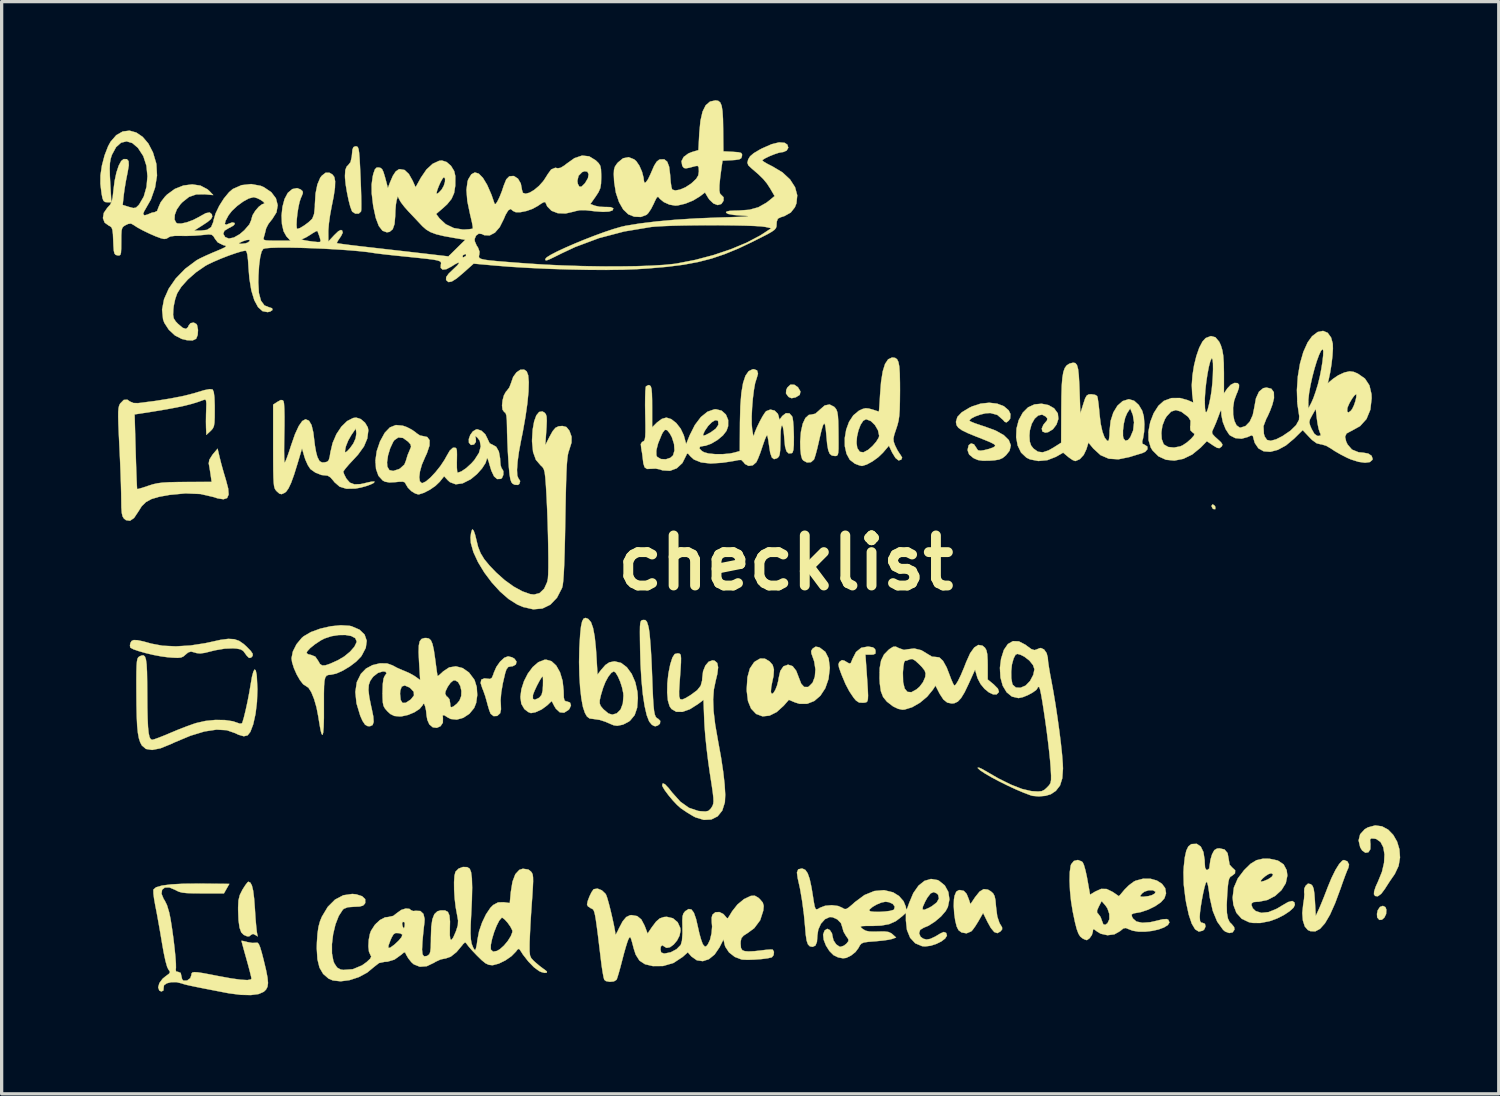
<source format=kicad_pcb>
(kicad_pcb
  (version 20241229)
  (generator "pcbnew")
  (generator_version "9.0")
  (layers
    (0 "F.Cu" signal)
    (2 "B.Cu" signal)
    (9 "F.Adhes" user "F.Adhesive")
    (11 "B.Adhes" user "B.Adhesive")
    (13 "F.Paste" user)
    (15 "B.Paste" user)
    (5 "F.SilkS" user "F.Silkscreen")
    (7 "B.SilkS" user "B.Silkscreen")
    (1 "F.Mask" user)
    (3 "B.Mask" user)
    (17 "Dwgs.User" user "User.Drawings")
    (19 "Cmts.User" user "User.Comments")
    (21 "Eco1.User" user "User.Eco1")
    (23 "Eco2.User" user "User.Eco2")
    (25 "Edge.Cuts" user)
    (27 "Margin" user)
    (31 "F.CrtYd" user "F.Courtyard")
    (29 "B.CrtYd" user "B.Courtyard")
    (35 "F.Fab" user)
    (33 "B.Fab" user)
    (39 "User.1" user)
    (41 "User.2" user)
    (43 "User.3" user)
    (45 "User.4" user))
  (footprint "checklist"
    (layer "F.Cu")
    (at 20.858 14.077)
    (property "Reference" "checklist" (at 0 0 0) (layer "F.SilkS") (effects (font (size 1.524 1.524) (thickness 0.3))))
    (attr through_hole)
    (fp_poly (pts (xy 13.055 -1.738) (xy 13.074 -1.702) (xy 13.073 -1.634) (xy 13.018 -1.636) (xy 12.988 -1.659) (xy 12.955 -1.73) (xy 12.985 -1.776) (xy 12.999 -1.778) (xy 13.055 -1.738)) (stroke (width 0.01) (type solid)) (fill yes) (layer "F.SilkS"))
    (fp_poly (pts (xy 18.248 10.475) (xy 18.278 10.551) (xy 18.27 10.685) (xy 18.218 10.793) (xy 18.143 10.859) (xy 18.064 10.865) (xy 18.002 10.795) (xy 17.999 10.789) (xy 17.992 10.682) (xy 18.015 10.573) (xy 18.083 10.471) (xy 18.172 10.438) (xy 18.248 10.475)) (stroke (width 0.01) (type solid)) (fill yes) (layer "F.SilkS"))
    (fp_poly (pts (xy 0.263 -5.42) (xy 0.373 -5.343) (xy 0.449 -5.215) (xy 0.427 -5.112) (xy 0.308 -5.038) (xy 0.306 -5.037) (xy 0.181 -5.01) (xy 0.097 -5.043) (xy 0.077 -5.061) (xy 0.009 -5.157) (xy 0.017 -5.262) (xy 0.053 -5.337) (xy 0.144 -5.422) (xy 0.263 -5.42)) (stroke (width 0.01) (type solid)) (fill yes) (layer "F.SilkS"))
    (fp_poly (pts (xy -16.291 9.73) (xy -16.243 9.818) (xy -16.205 9.976) (xy -16.175 10.216) (xy -16.15 10.546) (xy -16.149 10.569) (xy -16.132 10.831) (xy -16.112 11.059) (xy -16.093 11.232) (xy -16.075 11.33) (xy -16.071 11.342) (xy -16.069 11.368) (xy -16.121 11.333) (xy -16.208 11.29) (xy -16.268 11.32) (xy -16.326 11.366) (xy -16.387 11.365) (xy -16.491 11.32) (xy -16.566 11.245) (xy -16.619 11.099) (xy -16.65 10.873) (xy -16.662 10.557) (xy -16.662 10.485) (xy -16.652 10.271) (xy -16.611 10.107) (xy -16.529 9.943) (xy -16.523 9.933) (xy -16.44 9.804) (xy -16.375 9.721) (xy -16.351 9.703) (xy -16.291 9.73)) (stroke (width 0.01) (type solid)) (fill yes) (layer "F.SilkS"))
    (fp_poly (pts (xy -13.045 -12.67) (xy -13.018 -12.645) (xy -12.997 -12.588) (xy -12.981 -12.485) (xy -12.967 -12.323) (xy -12.954 -12.088) (xy -12.939 -11.766) (xy -12.937 -11.72) (xy -12.925 -11.415) (xy -12.917 -11.143) (xy -12.914 -10.92) (xy -12.915 -10.763) (xy -12.922 -10.692) (xy -12.991 -10.628) (xy -13.093 -10.626) (xy -13.184 -10.681) (xy -13.2 -10.706) (xy -13.249 -10.838) (xy -13.301 -11.038) (xy -13.349 -11.272) (xy -13.388 -11.507) (xy -13.409 -11.71) (xy -13.411 -11.78) (xy -13.4 -11.954) (xy -13.359 -12.058) (xy -13.313 -12.103) (xy -13.241 -12.195) (xy -13.204 -12.359) (xy -13.198 -12.423) (xy -13.183 -12.576) (xy -13.152 -12.651) (xy -13.096 -12.674) (xy -13.081 -12.675) (xy -13.045 -12.67)) (stroke (width 0.01) (type solid)) (fill yes) (layer "F.SilkS"))
    (fp_poly (pts (xy 2.522 2.549) (xy 2.656 2.572) (xy 2.718 2.623) (xy 2.734 2.68) (xy 2.731 2.759) (xy 2.671 2.79) (xy 2.588 2.794) (xy 2.426 2.794) (xy 2.461 3.289) (xy 2.484 3.622) (xy 2.499 3.866) (xy 2.506 4.037) (xy 2.501 4.147) (xy 2.485 4.211) (xy 2.455 4.241) (xy 2.41 4.252) (xy 2.354 4.257) (xy 2.234 4.251) (xy 2.139 4.189) (xy 2.068 4.105) (xy 1.937 3.91) (xy 1.82 3.688) (xy 1.702 3.407) (xy 1.68 3.349) (xy 1.623 3.189) (xy 1.606 3.092) (xy 1.625 3.031) (xy 1.648 3.003) (xy 1.713 2.959) (xy 1.788 2.977) (xy 1.848 3.014) (xy 1.934 3.063) (xy 1.981 3.049) (xy 2.02 2.956) (xy 2.03 2.927) (xy 2.14 2.713) (xy 2.298 2.585) (xy 2.499 2.548) (xy 2.522 2.549)) (stroke (width 0.01) (type solid)) (fill yes) (layer "F.SilkS"))
    (fp_poly (pts (xy -8.328 2.874) (xy -8.256 2.914) (xy -8.191 3.004) (xy -8.211 3.092) (xy -8.304 3.145) (xy -8.353 3.15) (xy -8.441 3.168) (xy -8.497 3.24) (xy -8.534 3.35) (xy -8.607 3.662) (xy -8.656 3.948) (xy -8.675 4.183) (xy -8.668 4.311) (xy -8.663 4.458) (xy -8.689 4.576) (xy -8.691 4.579) (xy -8.778 4.658) (xy -8.888 4.664) (xy -8.977 4.595) (xy -8.982 4.585) (xy -9.021 4.484) (xy -9.067 4.33) (xy -9.09 4.242) (xy -9.143 4.055) (xy -9.205 3.879) (xy -9.23 3.823) (xy -9.283 3.657) (xy -9.262 3.553) (xy -9.167 3.515) (xy -9.094 3.523) (xy -8.997 3.533) (xy -8.941 3.499) (xy -8.897 3.396) (xy -8.882 3.346) (xy -8.803 3.166) (xy -8.69 3.006) (xy -8.565 2.89) (xy -8.449 2.845) (xy -8.448 2.845) (xy -8.328 2.874)) (stroke (width 0.01) (type solid)) (fill yes) (layer "F.SilkS"))
    (fp_poly (pts (xy -4.269 1.741) (xy -4.223 1.792) (xy -4.184 1.912) (xy -4.166 1.991) (xy -4.146 2.121) (xy -4.126 2.334) (xy -4.105 2.61) (xy -4.086 2.93) (xy -4.071 3.275) (xy -4.066 3.404) (xy -4.051 3.801) (xy -4.037 4.109) (xy -4.022 4.339) (xy -4.005 4.504) (xy -3.983 4.615) (xy -3.955 4.685) (xy -3.92 4.725) (xy -3.882 4.744) (xy -3.817 4.809) (xy -3.827 4.895) (xy -3.89 4.948) (xy -3.96 4.972) (xy -4.006 4.964) (xy -4.073 4.926) (xy -4.155 4.826) (xy -4.229 4.634) (xy -4.293 4.355) (xy -4.347 4) (xy -4.388 3.574) (xy -4.417 3.087) (xy -4.429 2.667) (xy -4.434 2.342) (xy -4.436 2.105) (xy -4.434 1.941) (xy -4.425 1.836) (xy -4.408 1.777) (xy -4.383 1.749) (xy -4.347 1.739) (xy -4.336 1.737) (xy -4.269 1.741)) (stroke (width 0.01) (type solid)) (fill yes) (layer "F.SilkS"))
    (fp_poly (pts (xy 18.146 8.018) (xy 18.332 8.118) (xy 18.487 8.278) (xy 18.604 8.482) (xy 18.675 8.717) (xy 18.693 8.968) (xy 18.65 9.222) (xy 18.537 9.463) (xy 18.513 9.499) (xy 18.389 9.678) (xy 18.265 9.87) (xy 18.234 9.92) (xy 18.12 10.072) (xy 18.017 10.146) (xy 17.936 10.137) (xy 17.9 10.085) (xy 17.906 9.999) (xy 17.953 9.854) (xy 18.028 9.688) (xy 18.144 9.403) (xy 18.208 9.126) (xy 18.221 8.872) (xy 18.185 8.656) (xy 18.101 8.495) (xy 17.971 8.403) (xy 17.912 8.391) (xy 17.816 8.386) (xy 17.782 8.422) (xy 17.79 8.526) (xy 17.794 8.553) (xy 17.79 8.714) (xy 17.732 8.806) (xy 17.641 8.822) (xy 17.542 8.754) (xy 17.482 8.656) (xy 17.433 8.446) (xy 17.48 8.259) (xy 17.619 8.106) (xy 17.716 8.05) (xy 17.938 7.99) (xy 18.146 8.018)) (stroke (width 0.01) (type solid)) (fill yes) (layer "F.SilkS"))
    (fp_poly (pts (xy 6.154 9.943) (xy 6.242 9.995) (xy 6.313 10.059) (xy 6.356 10.139) (xy 6.383 10.264) (xy 6.4 10.461) (xy 6.401 10.47) (xy 6.438 10.76) (xy 6.504 10.956) (xy 6.523 10.989) (xy 6.584 11.09) (xy 6.586 11.153) (xy 6.535 11.216) (xy 6.442 11.268) (xy 6.346 11.234) (xy 6.242 11.109) (xy 6.14 10.925) (xy 6.007 10.654) (xy 5.866 10.902) (xy 5.773 11.052) (xy 5.687 11.171) (xy 5.646 11.214) (xy 5.502 11.274) (xy 5.35 11.246) (xy 5.259 11.177) (xy 5.204 11.067) (xy 5.159 10.887) (xy 5.128 10.668) (xy 5.114 10.442) (xy 5.12 10.241) (xy 5.139 10.128) (xy 5.191 10.005) (xy 5.269 9.959) (xy 5.305 9.957) (xy 5.421 9.982) (xy 5.505 10.072) (xy 5.572 10.236) (xy 5.621 10.387) (xy 5.763 10.174) (xy 5.899 10.004) (xy 6.025 9.928) (xy 6.154 9.943)) (stroke (width 0.01) (type solid)) (fill yes) (layer "F.SilkS"))
    (fp_poly (pts (xy 17.092 9.084) (xy 17.142 9.181) (xy 17.122 9.28) (xy 17.084 9.364) (xy 17.023 9.521) (xy 16.948 9.726) (xy 16.887 9.903) (xy 16.72 10.354) (xy 16.562 10.708) (xy 16.41 10.967) (xy 16.261 11.135) (xy 16.114 11.214) (xy 15.965 11.207) (xy 15.889 11.173) (xy 15.796 11.065) (xy 15.738 10.884) (xy 15.72 10.656) (xy 15.746 10.405) (xy 15.746 10.402) (xy 15.773 10.226) (xy 15.783 10.081) (xy 15.776 10.016) (xy 15.782 9.907) (xy 15.821 9.827) (xy 15.894 9.76) (xy 15.976 9.778) (xy 15.986 9.784) (xy 16.033 9.832) (xy 16.066 9.921) (xy 16.088 10.072) (xy 16.104 10.292) (xy 16.129 10.744) (xy 16.223 10.541) (xy 16.284 10.4) (xy 16.366 10.199) (xy 16.454 9.974) (xy 16.486 9.888) (xy 16.609 9.59) (xy 16.73 9.344) (xy 16.842 9.164) (xy 16.938 9.062) (xy 16.987 9.042) (xy 17.092 9.084)) (stroke (width 0.01) (type solid)) (fill yes) (layer "F.SilkS"))
    (fp_poly (pts (xy -7.881 -5.825) (xy -7.836 -5.707) (xy -7.818 -5.5) (xy -7.826 -5.214) (xy -7.86 -4.859) (xy -7.919 -4.444) (xy -8.001 -3.978) (xy -8.051 -3.734) (xy -8.117 -3.381) (xy -8.159 -3.076) (xy -8.176 -2.831) (xy -8.168 -2.658) (xy -8.133 -2.569) (xy -8.128 -2.565) (xy -8.08 -2.489) (xy -8.104 -2.403) (xy -8.148 -2.371) (xy -8.244 -2.376) (xy -8.308 -2.408) (xy -8.348 -2.457) (xy -8.379 -2.547) (xy -8.403 -2.695) (xy -8.425 -2.919) (xy -8.436 -3.078) (xy -8.454 -3.372) (xy -8.468 -3.683) (xy -8.478 -3.967) (xy -8.48 -4.122) (xy -8.485 -4.343) (xy -8.499 -4.482) (xy -8.525 -4.559) (xy -8.567 -4.593) (xy -8.616 -4.66) (xy -8.631 -4.789) (xy -8.615 -4.946) (xy -8.574 -5.097) (xy -8.511 -5.211) (xy -8.49 -5.231) (xy -8.41 -5.336) (xy -8.358 -5.471) (xy -8.293 -5.657) (xy -8.193 -5.795) (xy -8.076 -5.875) (xy -7.961 -5.881) (xy -7.881 -5.825)) (stroke (width 0.01) (type solid)) (fill yes) (layer "F.SilkS"))
    (fp_poly (pts (xy 1.474 -4.749) (xy 1.503 -4.719) (xy 1.543 -4.663) (xy 1.571 -4.587) (xy 1.589 -4.472) (xy 1.6 -4.299) (xy 1.605 -4.051) (xy 1.606 -3.932) (xy 1.608 -3.658) (xy 1.607 -3.469) (xy 1.599 -3.351) (xy 1.582 -3.285) (xy 1.554 -3.258) (xy 1.513 -3.251) (xy 1.498 -3.251) (xy 1.405 -3.266) (xy 1.339 -3.32) (xy 1.294 -3.43) (xy 1.262 -3.611) (xy 1.24 -3.855) (xy 1.219 -4.075) (xy 1.197 -4.205) (xy 1.17 -4.243) (xy 1.135 -4.186) (xy 1.089 -4.034) (xy 1.03 -3.784) (xy 1.012 -3.702) (xy 0.962 -3.487) (xy 0.913 -3.301) (xy 0.873 -3.174) (xy 0.86 -3.143) (xy 0.769 -3.063) (xy 0.648 -3.054) (xy 0.536 -3.114) (xy 0.499 -3.162) (xy 0.466 -3.278) (xy 0.446 -3.469) (xy 0.441 -3.688) (xy 0.464 -3.989) (xy 0.518 -4.233) (xy 0.599 -4.407) (xy 0.703 -4.501) (xy 0.783 -4.512) (xy 0.903 -4.539) (xy 1.033 -4.654) (xy 1.039 -4.661) (xy 1.189 -4.79) (xy 1.335 -4.819) (xy 1.474 -4.749)) (stroke (width 0.01) (type solid)) (fill yes) (layer "F.SilkS"))
    (fp_poly (pts (xy -16.78 2.323) (xy -16.63 2.375) (xy -16.49 2.472) (xy -16.409 2.546) (xy -16.279 2.679) (xy -16.219 2.767) (xy -16.22 2.831) (xy -16.269 2.884) (xy -16.33 2.893) (xy -16.404 2.82) (xy -16.435 2.776) (xy -16.505 2.682) (xy -16.587 2.632) (xy -16.714 2.608) (xy -16.821 2.601) (xy -17.072 2.611) (xy -17.359 2.66) (xy -17.466 2.686) (xy -17.673 2.738) (xy -17.817 2.757) (xy -17.926 2.746) (xy -17.98 2.729) (xy -18.096 2.699) (xy -18.184 2.727) (xy -18.259 2.79) (xy -18.328 2.849) (xy -18.401 2.881) (xy -18.503 2.891) (xy -18.662 2.884) (xy -18.799 2.873) (xy -19.004 2.846) (xy -19.237 2.802) (xy -19.473 2.746) (xy -19.686 2.686) (xy -19.851 2.629) (xy -19.941 2.58) (xy -19.943 2.578) (xy -19.954 2.512) (xy -19.939 2.437) (xy -19.904 2.377) (xy -19.837 2.349) (xy -19.722 2.354) (xy -19.542 2.392) (xy -19.304 2.458) (xy -18.963 2.522) (xy -18.558 2.541) (xy -18.115 2.515) (xy -17.662 2.445) (xy -17.505 2.411) (xy -17.196 2.343) (xy -16.962 2.313) (xy -16.78 2.323)) (stroke (width 0.01) (type solid)) (fill yes) (layer "F.SilkS"))
    (fp_poly (pts (xy -7.125 2.994) (xy -6.981 3.128) (xy -6.867 3.332) (xy -6.789 3.592) (xy -6.757 3.892) (xy -6.756 3.934) (xy -6.752 4.097) (xy -6.732 4.183) (xy -6.691 4.214) (xy -6.66 4.216) (xy -6.563 4.251) (xy -6.534 4.337) (xy -6.582 4.445) (xy -6.605 4.472) (xy -6.743 4.56) (xy -6.874 4.548) (xy -6.994 4.437) (xy -7.042 4.357) (xy -7.12 4.205) (xy -7.256 4.335) (xy -7.425 4.46) (xy -7.613 4.546) (xy -7.753 4.572) (xy -7.838 4.538) (xy -7.943 4.456) (xy -7.953 4.447) (xy -8.045 4.288) (xy -8.065 4.135) (xy -7.693 4.135) (xy -7.635 4.166) (xy -7.522 4.116) (xy -7.492 4.095) (xy -7.429 4.019) (xy -7.396 3.889) (xy -7.386 3.739) (xy -7.384 3.584) (xy -7.388 3.481) (xy -7.395 3.454) (xy -7.434 3.496) (xy -7.498 3.601) (xy -7.571 3.74) (xy -7.638 3.883) (xy -7.684 3.999) (xy -7.691 4.026) (xy -7.693 4.135) (xy -8.065 4.135) (xy -8.072 4.08) (xy -8.042 3.844) (xy -7.963 3.6) (xy -7.845 3.368) (xy -7.697 3.17) (xy -7.528 3.024) (xy -7.346 2.951) (xy -7.289 2.946) (xy -7.125 2.994)) (stroke (width 0.01) (type solid)) (fill yes) (layer "F.SilkS"))
    (fp_poly (pts (xy 14.718 9.003) (xy 14.974 9.058) (xy 15.15 9.174) (xy 15.245 9.352) (xy 15.265 9.517) (xy 15.218 9.746) (xy 15.088 9.957) (xy 14.896 10.133) (xy 14.661 10.257) (xy 14.403 10.311) (xy 14.36 10.312) (xy 14.234 10.323) (xy 14.181 10.363) (xy 14.173 10.413) (xy 14.213 10.512) (xy 14.299 10.595) (xy 14.474 10.651) (xy 14.694 10.627) (xy 14.945 10.524) (xy 15.098 10.432) (xy 15.287 10.322) (xy 15.414 10.289) (xy 15.481 10.333) (xy 15.494 10.407) (xy 15.45 10.495) (xy 15.332 10.602) (xy 15.163 10.714) (xy 14.966 10.815) (xy 14.763 10.892) (xy 14.715 10.905) (xy 14.44 10.959) (xy 14.212 10.957) (xy 14.099 10.936) (xy 13.877 10.831) (xy 13.715 10.65) (xy 13.622 10.405) (xy 13.6 10.187) (xy 13.638 9.881) (xy 13.73 9.667) (xy 14.459 9.667) (xy 14.46 9.7) (xy 14.468 9.701) (xy 14.556 9.68) (xy 14.679 9.628) (xy 14.684 9.625) (xy 14.793 9.551) (xy 14.832 9.488) (xy 14.793 9.452) (xy 14.76 9.449) (xy 14.689 9.473) (xy 14.598 9.532) (xy 14.513 9.604) (xy 14.459 9.667) (xy 13.73 9.667) (xy 13.757 9.604) (xy 13.949 9.35) (xy 14.145 9.158) (xy 14.329 9.046) (xy 14.529 9.001) (xy 14.718 9.003)) (stroke (width 0.01) (type solid)) (fill yes) (layer "F.SilkS"))
    (fp_poly (pts (xy 1.012 2.569) (xy 1.037 2.579) (xy 1.206 2.708) (xy 1.307 2.908) (xy 1.341 3.183) (xy 1.341 3.207) (xy 1.303 3.533) (xy 1.205 3.815) (xy 1.057 4.041) (xy 0.87 4.203) (xy 0.655 4.288) (xy 0.421 4.289) (xy 0.285 4.247) (xy 0.096 4.168) (xy -0.061 4.347) (xy -0.274 4.54) (xy -0.492 4.649) (xy -0.703 4.671) (xy -0.894 4.6) (xy -0.903 4.594) (xy -1.054 4.435) (xy -1.147 4.207) (xy -1.185 3.901) (xy -1.186 3.835) (xy -1.164 3.483) (xy -1.091 3.216) (xy -0.966 3.03) (xy -0.929 2.998) (xy -0.776 2.911) (xy -0.634 2.915) (xy -0.489 3.001) (xy -0.397 3.107) (xy -0.358 3.248) (xy -0.371 3.445) (xy -0.411 3.63) (xy -0.441 3.787) (xy -0.45 3.916) (xy -0.447 3.945) (xy -0.417 3.989) (xy -0.369 3.954) (xy -0.314 3.862) (xy -0.262 3.73) (xy -0.224 3.578) (xy -0.216 3.517) (xy -0.164 3.29) (xy -0.069 3.149) (xy 0.069 3.099) (xy 0.076 3.099) (xy 0.211 3.144) (xy 0.32 3.283) (xy 0.398 3.486) (xy 0.473 3.68) (xy 0.563 3.776) (xy 0.671 3.778) (xy 0.703 3.764) (xy 0.818 3.648) (xy 0.887 3.466) (xy 0.905 3.242) (xy 0.868 3.003) (xy 0.831 2.893) (xy 0.783 2.759) (xy 0.776 2.681) (xy 0.811 2.622) (xy 0.829 2.603) (xy 0.912 2.55) (xy 1.012 2.569)) (stroke (width 0.01) (type solid)) (fill yes) (layer "F.SilkS"))
    (fp_poly (pts (xy 6.436 -4.844) (xy 6.639 -4.766) (xy 6.784 -4.642) (xy 6.839 -4.53) (xy 6.831 -4.39) (xy 6.786 -4.326) (xy 6.718 -4.273) (xy 6.664 -4.292) (xy 6.614 -4.35) (xy 6.439 -4.502) (xy 6.228 -4.559) (xy 6.084 -4.551) (xy 5.92 -4.511) (xy 5.763 -4.454) (xy 5.643 -4.39) (xy 5.589 -4.334) (xy 5.588 -4.328) (xy 5.633 -4.298) (xy 5.755 -4.248) (xy 5.932 -4.187) (xy 6.053 -4.149) (xy 6.389 -4.025) (xy 6.636 -3.886) (xy 6.79 -3.735) (xy 6.85 -3.577) (xy 6.813 -3.414) (xy 6.704 -3.275) (xy 6.604 -3.192) (xy 6.498 -3.144) (xy 6.35 -3.12) (xy 6.209 -3.11) (xy 5.999 -3.107) (xy 5.853 -3.128) (xy 5.734 -3.178) (xy 5.702 -3.197) (xy 5.582 -3.297) (xy 5.539 -3.413) (xy 5.537 -3.448) (xy 5.568 -3.58) (xy 5.641 -3.634) (xy 5.729 -3.607) (xy 5.805 -3.494) (xy 5.808 -3.487) (xy 5.849 -3.427) (xy 5.93 -3.413) (xy 6.032 -3.428) (xy 6.185 -3.466) (xy 6.308 -3.51) (xy 6.318 -3.515) (xy 6.365 -3.546) (xy 6.374 -3.577) (xy 6.333 -3.615) (xy 6.232 -3.667) (xy 6.057 -3.74) (xy 5.801 -3.841) (xy 5.542 -3.947) (xy 5.365 -4.033) (xy 5.256 -4.11) (xy 5.2 -4.188) (xy 5.182 -4.28) (xy 5.182 -4.296) (xy 5.225 -4.441) (xy 5.358 -4.581) (xy 5.587 -4.719) (xy 5.674 -4.761) (xy 5.933 -4.845) (xy 6.193 -4.872) (xy 6.436 -4.844)) (stroke (width 0.01) (type solid)) (fill yes) (layer "F.SilkS"))
    (fp_poly (pts (xy -6.011 1.705) (xy -6.004 1.71) (xy -5.925 1.804) (xy -5.862 1.98) (xy -5.812 2.244) (xy -5.775 2.601) (xy -5.762 2.793) (xy -5.726 3.399) (xy -5.62 3.262) (xy -5.487 3.109) (xy -5.367 3.028) (xy -5.229 3) (xy -5.198 2.999) (xy -5.008 3.045) (xy -4.834 3.177) (xy -4.687 3.378) (xy -4.576 3.633) (xy -4.511 3.926) (xy -4.499 4.115) (xy -4.521 4.411) (xy -4.596 4.633) (xy -4.732 4.798) (xy -4.775 4.832) (xy -4.949 4.922) (xy -5.125 4.958) (xy -5.232 4.943) (xy -5.328 4.904) (xy -5.463 4.845) (xy -5.486 4.835) (xy -5.659 4.779) (xy -5.834 4.753) (xy -5.842 4.752) (xy -5.967 4.736) (xy -6.047 4.675) (xy -6.109 4.567) (xy -6.169 4.388) (xy -6.189 4.281) (xy -5.66 4.281) (xy -5.626 4.361) (xy -5.558 4.442) (xy -5.533 4.467) (xy -5.394 4.583) (xy -5.276 4.619) (xy -5.149 4.582) (xy -5.134 4.574) (xy -5.023 4.461) (xy -4.955 4.277) (xy -4.937 4.047) (xy -4.943 3.964) (xy -4.978 3.795) (xy -5.035 3.617) (xy -5.105 3.457) (xy -5.174 3.343) (xy -5.23 3.302) (xy -5.305 3.346) (xy -5.396 3.461) (xy -5.485 3.623) (xy -5.555 3.8) (xy -5.623 4.025) (xy -5.658 4.177) (xy -5.66 4.281) (xy -6.189 4.281) (xy -6.218 4.125) (xy -6.255 3.798) (xy -6.278 3.423) (xy -6.287 3.019) (xy -6.279 2.604) (xy -6.274 2.511) (xy -6.254 2.18) (xy -6.229 1.94) (xy -6.195 1.783) (xy -6.15 1.697) (xy -6.089 1.675) (xy -6.011 1.705)) (stroke (width 0.01) (type solid)) (fill yes) (layer "F.SilkS"))
    (fp_poly (pts (xy -19.497 2.854) (xy -19.467 2.944) (xy -19.447 3.095) (xy -19.435 3.318) (xy -19.43 3.623) (xy -19.427 3.973) (xy -19.424 4.403) (xy -19.416 4.741) (xy -19.404 4.996) (xy -19.385 5.179) (xy -19.359 5.298) (xy -19.324 5.363) (xy -19.281 5.385) (xy -19.277 5.385) (xy -19.203 5.365) (xy -19.06 5.313) (xy -18.871 5.238) (xy -18.735 5.18) (xy -18.489 5.077) (xy -18.234 4.978) (xy -18.013 4.899) (xy -17.94 4.875) (xy -17.658 4.811) (xy -17.355 4.78) (xy -17.064 4.784) (xy -16.82 4.821) (xy -16.735 4.85) (xy -16.609 4.893) (xy -16.548 4.884) (xy -16.534 4.862) (xy -16.488 4.708) (xy -16.433 4.484) (xy -16.376 4.222) (xy -16.324 3.954) (xy -16.284 3.719) (xy -16.241 3.468) (xy -16.198 3.309) (xy -16.16 3.244) (xy -16.126 3.274) (xy -16.099 3.403) (xy -16.093 3.464) (xy -16.075 3.845) (xy -16.089 4.231) (xy -16.133 4.596) (xy -16.203 4.913) (xy -16.29 5.144) (xy -16.373 5.249) (xy -16.489 5.277) (xy -16.652 5.23) (xy -16.751 5.182) (xy -17.01 5.092) (xy -17.321 5.075) (xy -17.688 5.131) (xy -18.115 5.261) (xy -18.605 5.466) (xy -18.709 5.515) (xy -19.025 5.643) (xy -19.278 5.693) (xy -19.467 5.663) (xy -19.591 5.558) (xy -19.642 5.461) (xy -19.682 5.338) (xy -19.712 5.174) (xy -19.734 4.959) (xy -19.747 4.679) (xy -19.755 4.32) (xy -19.758 3.926) (xy -19.759 3.576) (xy -19.757 3.315) (xy -19.751 3.127) (xy -19.741 3.001) (xy -19.725 2.922) (xy -19.703 2.877) (xy -19.672 2.852) (xy -19.67 2.85) (xy -19.596 2.818) (xy -19.539 2.815) (xy -19.497 2.854)) (stroke (width 0.01) (type solid)) (fill yes) (layer "F.SilkS"))
    (fp_poly (pts (xy 12.63 8.633) (xy 12.711 8.8) (xy 12.749 9.045) (xy 12.751 9.126) (xy 12.761 9.274) (xy 12.797 9.34) (xy 12.827 9.347) (xy 12.887 9.302) (xy 12.903 9.193) (xy 12.924 9.038) (xy 12.973 8.872) (xy 12.977 8.863) (xy 13.043 8.742) (xy 13.127 8.693) (xy 13.199 8.687) (xy 13.354 8.722) (xy 13.446 8.831) (xy 13.481 9.022) (xy 13.482 9.031) (xy 13.509 9.186) (xy 13.586 9.271) (xy 13.589 9.273) (xy 13.677 9.356) (xy 13.672 9.449) (xy 13.58 9.523) (xy 13.53 9.554) (xy 13.495 9.61) (xy 13.47 9.709) (xy 13.451 9.871) (xy 13.435 10.087) (xy 13.42 10.412) (xy 13.426 10.652) (xy 13.456 10.821) (xy 13.511 10.935) (xy 13.572 10.993) (xy 13.645 11.084) (xy 13.657 11.159) (xy 13.6 11.244) (xy 13.495 11.264) (xy 13.373 11.219) (xy 13.31 11.166) (xy 13.13 10.916) (xy 12.996 10.591) (xy 12.904 10.183) (xy 12.879 9.995) (xy 12.855 9.838) (xy 12.827 9.732) (xy 12.807 9.703) (xy 12.78 9.749) (xy 12.744 9.872) (xy 12.704 10.046) (xy 12.665 10.248) (xy 12.631 10.453) (xy 12.607 10.637) (xy 12.598 10.775) (xy 12.598 10.777) (xy 12.609 10.903) (xy 12.65 10.952) (xy 12.687 10.954) (xy 12.757 10.984) (xy 12.775 11.063) (xy 12.738 11.152) (xy 12.694 11.191) (xy 12.571 11.221) (xy 12.459 11.151) (xy 12.357 10.98) (xy 12.266 10.709) (xy 12.185 10.338) (xy 12.164 10.21) (xy 12.113 9.79) (xy 12.104 9.417) (xy 12.113 9.254) (xy 12.145 8.962) (xy 12.19 8.758) (xy 12.253 8.629) (xy 12.337 8.563) (xy 12.352 8.557) (xy 12.509 8.55) (xy 12.63 8.633)) (stroke (width 0.01) (type solid)) (fill yes) (layer "F.SilkS"))
    (fp_poly (pts (xy -13.271 1.916) (xy -13.212 1.929) (xy -12.969 2.033) (xy -12.814 2.183) (xy -12.749 2.371) (xy -12.778 2.587) (xy -12.902 2.824) (xy -12.927 2.858) (xy -13.071 3.006) (xy -13.263 3.152) (xy -13.475 3.279) (xy -13.676 3.369) (xy -13.837 3.404) (xy -13.838 3.404) (xy -13.915 3.41) (xy -13.971 3.433) (xy -14.01 3.488) (xy -14.034 3.588) (xy -14.047 3.747) (xy -14.052 3.978) (xy -14.052 4.295) (xy -14.052 4.356) (xy -14.052 4.725) (xy -14.06 4.995) (xy -14.074 5.166) (xy -14.095 5.236) (xy -14.122 5.206) (xy -14.146 5.118) (xy -14.168 5.007) (xy -14.197 4.837) (xy -14.221 4.687) (xy -14.277 4.398) (xy -14.351 4.143) (xy -14.434 3.938) (xy -14.521 3.801) (xy -14.598 3.749) (xy -14.683 3.694) (xy -14.781 3.568) (xy -14.879 3.397) (xy -14.963 3.207) (xy -15.02 3.025) (xy -15.037 2.9) (xy -15.005 2.742) (xy -14.58 2.742) (xy -14.536 2.78) (xy -14.44 2.803) (xy -14.315 2.853) (xy -14.225 2.983) (xy -14.224 2.985) (xy -14.172 3.076) (xy -14.106 3.121) (xy -14.009 3.119) (xy -13.861 3.069) (xy -13.644 2.971) (xy -13.632 2.966) (xy -13.433 2.849) (xy -13.257 2.704) (xy -13.125 2.554) (xy -13.059 2.418) (xy -13.056 2.385) (xy -13.1 2.29) (xy -13.221 2.226) (xy -13.395 2.195) (xy -13.603 2.197) (xy -13.823 2.232) (xy -14.033 2.301) (xy -14.135 2.353) (xy -14.32 2.474) (xy -14.468 2.593) (xy -14.56 2.693) (xy -14.58 2.742) (xy -15.005 2.742) (xy -14.995 2.694) (xy -14.885 2.476) (xy -14.727 2.286) (xy -14.671 2.237) (xy -14.447 2.106) (xy -14.161 2.002) (xy -13.846 1.93) (xy -13.538 1.899) (xy -13.271 1.916)) (stroke (width 0.01) (type solid)) (fill yes) (layer "F.SilkS"))
    (fp_poly (pts (xy 3.331 -6.237) (xy 3.389 -6.196) (xy 3.43 -6.112) (xy 3.457 -5.972) (xy 3.471 -5.764) (xy 3.477 -5.476) (xy 3.478 -5.237) (xy 3.475 -4.911) (xy 3.469 -4.665) (xy 3.456 -4.478) (xy 3.435 -4.33) (xy 3.403 -4.2) (xy 3.363 -4.077) (xy 3.304 -3.9) (xy 3.279 -3.783) (xy 3.286 -3.69) (xy 3.323 -3.584) (xy 3.329 -3.57) (xy 3.402 -3.423) (xy 3.479 -3.304) (xy 3.491 -3.29) (xy 3.543 -3.203) (xy 3.516 -3.14) (xy 3.435 -3.116) (xy 3.342 -3.19) (xy 3.238 -3.359) (xy 3.226 -3.385) (xy 3.141 -3.564) (xy 2.958 -3.35) (xy 2.815 -3.213) (xy 2.642 -3.088) (xy 2.47 -2.994) (xy 2.331 -2.95) (xy 2.311 -2.95) (xy 2.233 -2.969) (xy 2.112 -3.015) (xy 2.102 -3.02) (xy 1.95 -3.137) (xy 1.851 -3.319) (xy 1.8 -3.547) (xy 1.799 -3.655) (xy 2.155 -3.655) (xy 2.177 -3.501) (xy 2.181 -3.488) (xy 2.257 -3.379) (xy 2.366 -3.363) (xy 2.511 -3.44) (xy 2.642 -3.556) (xy 2.754 -3.686) (xy 2.828 -3.805) (xy 2.845 -3.863) (xy 2.809 -4.033) (xy 2.716 -4.193) (xy 2.59 -4.315) (xy 2.454 -4.368) (xy 2.441 -4.369) (xy 2.358 -4.322) (xy 2.279 -4.201) (xy 2.214 -4.032) (xy 2.17 -3.841) (xy 2.155 -3.655) (xy 1.799 -3.655) (xy 1.798 -3.799) (xy 1.841 -4.053) (xy 1.928 -4.291) (xy 2.058 -4.489) (xy 2.227 -4.629) (xy 2.248 -4.64) (xy 2.348 -4.685) (xy 2.432 -4.705) (xy 2.528 -4.696) (xy 2.665 -4.658) (xy 2.833 -4.602) (xy 2.841 -4.647) (xy 2.851 -4.772) (xy 2.863 -4.956) (xy 2.87 -5.09) (xy 2.902 -5.506) (xy 2.953 -5.827) (xy 3.024 -6.054) (xy 3.117 -6.193) (xy 3.232 -6.247) (xy 3.253 -6.248) (xy 3.331 -6.237)) (stroke (width 0.01) (type solid)) (fill yes) (layer "F.SilkS"))
    (fp_poly (pts (xy -7.339 -4.571) (xy -7.298 -4.523) (xy -7.276 -4.448) (xy -7.27 -4.324) (xy -7.278 -4.13) (xy -7.284 -4.04) (xy -7.315 -3.581) (xy -7.188 -3.833) (xy -7.091 -4.008) (xy -7.006 -4.109) (xy -6.91 -4.155) (xy -6.796 -4.165) (xy -6.674 -4.134) (xy -6.585 -4.025) (xy -6.58 -4.016) (xy -6.516 -3.838) (xy -6.518 -3.657) (xy -6.588 -3.435) (xy -6.59 -3.429) (xy -6.613 -3.361) (xy -6.632 -3.27) (xy -6.647 -3.145) (xy -6.661 -2.975) (xy -6.672 -2.752) (xy -6.682 -2.463) (xy -6.691 -2.1) (xy -6.7 -1.653) (xy -6.706 -1.321) (xy -6.716 -0.774) (xy -6.727 -0.321) (xy -6.739 0.043) (xy -6.753 0.327) (xy -6.768 0.537) (xy -6.785 0.68) (xy -6.805 0.762) (xy -6.959 1.061) (xy -7.16 1.271) (xy -7.402 1.389) (xy -7.681 1.414) (xy -7.992 1.343) (xy -8.169 1.267) (xy -8.431 1.101) (xy -8.694 0.871) (xy -8.945 0.595) (xy -9.172 0.292) (xy -9.361 -0.02) (xy -9.502 -0.324) (xy -9.58 -0.601) (xy -9.591 -0.772) (xy -9.573 -0.915) (xy -9.545 -1.004) (xy -9.527 -1.019) (xy -9.492 -0.974) (xy -9.451 -0.856) (xy -9.417 -0.719) (xy -9.36 -0.486) (xy -9.283 -0.292) (xy -9.172 -0.11) (xy -9.01 0.086) (xy -8.813 0.291) (xy -8.552 0.525) (xy -8.279 0.721) (xy -8.015 0.866) (xy -7.78 0.95) (xy -7.656 0.965) (xy -7.486 0.918) (xy -7.349 0.786) (xy -7.258 0.584) (xy -7.236 0.481) (xy -7.227 0.352) (xy -7.222 0.139) (xy -7.222 -0.142) (xy -7.226 -0.474) (xy -7.233 -0.841) (xy -7.244 -1.226) (xy -7.258 -1.612) (xy -7.275 -1.982) (xy -7.294 -2.32) (xy -7.297 -2.361) (xy -7.315 -2.596) (xy -7.334 -2.753) (xy -7.362 -2.853) (xy -7.404 -2.919) (xy -7.456 -2.966) (xy -7.601 -3.135) (xy -7.687 -3.373) (xy -7.718 -3.688) (xy -7.718 -3.745) (xy -7.699 -4.055) (xy -7.654 -4.305) (xy -7.588 -4.487) (xy -7.503 -4.591) (xy -7.405 -4.608) (xy -7.339 -4.571)) (stroke (width 0.01) (type solid)) (fill yes) (layer "F.SilkS"))
    (fp_poly (pts (xy -3.24 2.761) (xy -3.21 2.778) (xy -3.192 2.82) (xy -3.185 2.902) (xy -3.187 3.036) (xy -3.199 3.238) (xy -3.219 3.522) (xy -3.228 3.645) (xy -3.244 3.901) (xy -3.242 4.065) (xy -3.212 4.148) (xy -3.146 4.159) (xy -3.034 4.109) (xy -2.884 4.017) (xy -2.694 3.876) (xy -2.586 3.739) (xy -2.543 3.581) (xy -2.54 3.516) (xy -2.514 3.301) (xy -2.444 3.126) (xy -2.344 3.008) (xy -2.224 2.966) (xy -2.162 2.978) (xy -2.084 3.046) (xy -2.056 3.179) (xy -2.081 3.383) (xy -2.129 3.581) (xy -2.186 3.854) (xy -2.208 4.157) (xy -2.195 4.507) (xy -2.146 4.919) (xy -2.06 5.41) (xy -2.058 5.422) (xy -1.968 5.917) (xy -1.901 6.362) (xy -1.858 6.744) (xy -1.84 7.053) (xy -1.85 7.276) (xy -1.852 7.29) (xy -1.93 7.538) (xy -2.071 7.713) (xy -2.262 7.809) (xy -2.491 7.821) (xy -2.746 7.744) (xy -2.824 7.703) (xy -2.994 7.6) (xy -3.159 7.489) (xy -3.195 7.464) (xy -3.307 7.364) (xy -3.438 7.225) (xy -3.567 7.07) (xy -3.676 6.924) (xy -3.745 6.81) (xy -3.759 6.764) (xy -3.738 6.708) (xy -3.672 6.738) (xy -3.561 6.855) (xy -3.458 6.986) (xy -3.205 7.268) (xy -2.944 7.454) (xy -2.666 7.548) (xy -2.595 7.557) (xy -2.441 7.566) (xy -2.35 7.546) (xy -2.285 7.485) (xy -2.256 7.443) (xy -2.225 7.39) (xy -2.205 7.333) (xy -2.197 7.257) (xy -2.201 7.146) (xy -2.219 6.984) (xy -2.252 6.756) (xy -2.3 6.446) (xy -2.31 6.383) (xy -2.36 6.028) (xy -2.406 5.651) (xy -2.444 5.286) (xy -2.469 4.967) (xy -2.477 4.815) (xy -2.501 4.169) (xy -2.663 4.293) (xy -2.916 4.454) (xy -3.141 4.534) (xy -3.33 4.532) (xy -3.475 4.447) (xy -3.532 4.365) (xy -3.584 4.192) (xy -3.606 3.95) (xy -3.601 3.667) (xy -3.569 3.37) (xy -3.513 3.089) (xy -3.446 2.88) (xy -3.377 2.774) (xy -3.282 2.753) (xy -3.24 2.761)) (stroke (width 0.01) (type solid)) (fill yes) (layer "F.SilkS"))
    (fp_poly (pts (xy 5.987 2.519) (xy 6.063 2.582) (xy 6.107 2.658) (xy 6.134 2.781) (xy 6.145 2.972) (xy 6.147 3.112) (xy 6.147 3.549) (xy 6.332 3.701) (xy 6.457 3.828) (xy 6.488 3.923) (xy 6.486 3.933) (xy 6.418 4.004) (xy 6.311 4.002) (xy 6.182 3.941) (xy 6.05 3.833) (xy 5.931 3.689) (xy 5.844 3.523) (xy 5.827 3.474) (xy 5.762 3.25) (xy 5.569 3.678) (xy 5.444 3.939) (xy 5.336 4.116) (xy 5.236 4.223) (xy 5.131 4.272) (xy 5.056 4.28) (xy 4.918 4.253) (xy 4.8 4.16) (xy 4.686 3.986) (xy 4.663 3.941) (xy 4.558 3.736) (xy 4.477 3.862) (xy 4.303 4.074) (xy 4.084 4.257) (xy 3.848 4.393) (xy 3.622 4.463) (xy 3.551 4.469) (xy 3.422 4.442) (xy 3.275 4.372) (xy 3.251 4.356) (xy 3.078 4.222) (xy 2.964 4.081) (xy 2.897 3.908) (xy 2.864 3.675) (xy 2.855 3.514) (xy 2.858 3.345) (xy 3.566 3.345) (xy 3.573 3.63) (xy 3.62 3.824) (xy 3.704 3.926) (xy 3.825 3.936) (xy 3.98 3.851) (xy 4.076 3.767) (xy 4.179 3.63) (xy 4.244 3.479) (xy 4.247 3.467) (xy 4.257 3.363) (xy 4.228 3.275) (xy 4.146 3.171) (xy 4.073 3.096) (xy 3.945 2.978) (xy 3.857 2.927) (xy 3.787 2.932) (xy 3.775 2.938) (xy 3.676 2.976) (xy 3.632 2.979) (xy 3.605 3.022) (xy 3.582 3.145) (xy 3.567 3.325) (xy 3.566 3.345) (xy 2.858 3.345) (xy 2.86 3.204) (xy 2.903 2.97) (xy 2.991 2.79) (xy 3.133 2.645) (xy 3.165 2.62) (xy 3.269 2.554) (xy 3.347 2.548) (xy 3.447 2.596) (xy 3.598 2.649) (xy 3.711 2.63) (xy 3.911 2.606) (xy 4.126 2.658) (xy 4.308 2.768) (xy 4.453 2.855) (xy 4.558 2.863) (xy 4.674 2.877) (xy 4.787 2.982) (xy 4.898 3.182) (xy 4.974 3.378) (xy 5.038 3.547) (xy 5.094 3.675) (xy 5.131 3.734) (xy 5.131 3.734) (xy 5.174 3.706) (xy 5.243 3.594) (xy 5.331 3.414) (xy 5.431 3.177) (xy 5.491 3.022) (xy 5.612 2.752) (xy 5.737 2.577) (xy 5.862 2.498) (xy 5.987 2.519)) (stroke (width 0.01) (type solid)) (fill yes) (layer "F.SilkS"))
    (fp_poly (pts (xy -17.445 -5.277) (xy -17.437 -5.272) (xy -17.404 -5.198) (xy -17.383 -5.037) (xy -17.374 -4.783) (xy -17.374 -4.676) (xy -17.375 -4.433) (xy -17.382 -4.269) (xy -17.399 -4.163) (xy -17.431 -4.091) (xy -17.48 -4.033) (xy -17.501 -4.013) (xy -17.628 -3.894) (xy -17.638 -4.119) (xy -17.641 -4.297) (xy -17.638 -4.518) (xy -17.633 -4.668) (xy -17.628 -4.845) (xy -17.638 -4.939) (xy -17.665 -4.969) (xy -17.693 -4.964) (xy -17.877 -4.898) (xy -18.067 -4.839) (xy -18.281 -4.784) (xy -18.532 -4.73) (xy -18.837 -4.673) (xy -19.213 -4.61) (xy -19.647 -4.542) (xy -19.812 -4.517) (xy -19.78 -3.389) (xy -19.77 -3.061) (xy -19.76 -2.77) (xy -19.751 -2.529) (xy -19.743 -2.354) (xy -19.737 -2.258) (xy -19.735 -2.245) (xy -19.684 -2.253) (xy -19.565 -2.288) (xy -19.401 -2.343) (xy -19.399 -2.344) (xy -19.259 -2.389) (xy -19.122 -2.42) (xy -18.965 -2.441) (xy -18.765 -2.453) (xy -18.502 -2.459) (xy -18.271 -2.461) (xy -17.468 -2.464) (xy -17.5 -2.692) (xy -17.526 -2.856) (xy -17.55 -2.992) (xy -17.557 -3.023) (xy -17.538 -3.138) (xy -17.445 -3.286) (xy -17.434 -3.3) (xy -17.287 -3.475) (xy -17.222 -3.198) (xy -17.174 -3.008) (xy -17.108 -2.771) (xy -17.038 -2.537) (xy -17.035 -2.528) (xy -16.965 -2.263) (xy -16.951 -2.079) (xy -16.998 -1.972) (xy -17.108 -1.935) (xy -17.287 -1.963) (xy -17.421 -2.006) (xy -17.809 -2.095) (xy -18.265 -2.114) (xy -18.756 -2.067) (xy -19.068 -2.01) (xy -19.298 -1.942) (xy -19.468 -1.849) (xy -19.596 -1.723) (xy -19.704 -1.552) (xy -19.706 -1.549) (xy -19.829 -1.365) (xy -19.952 -1.281) (xy -20.074 -1.299) (xy -20.136 -1.347) (xy -20.177 -1.411) (xy -20.202 -1.517) (xy -20.215 -1.686) (xy -20.218 -1.921) (xy -20.221 -2.122) (xy -20.228 -2.4) (xy -20.239 -2.733) (xy -20.254 -3.097) (xy -20.271 -3.468) (xy -20.276 -3.567) (xy -20.294 -3.943) (xy -20.306 -4.231) (xy -20.311 -4.444) (xy -20.31 -4.597) (xy -20.301 -4.703) (xy -20.285 -4.776) (xy -20.262 -4.83) (xy -20.249 -4.85) (xy -20.143 -4.958) (xy -20.033 -4.965) (xy -19.953 -4.909) (xy -19.849 -4.864) (xy -19.709 -4.86) (xy -19.187 -4.926) (xy -18.714 -5.002) (xy -18.305 -5.083) (xy -17.978 -5.168) (xy -17.932 -5.183) (xy -17.691 -5.255) (xy -17.531 -5.286) (xy -17.445 -5.277)) (stroke (width 0.01) (type solid)) (fill yes) (layer "F.SilkS"))
    (fp_poly (pts (xy 7.096 2.389) (xy 7.297 2.493) (xy 7.343 2.529) (xy 7.476 2.625) (xy 7.569 2.655) (xy 7.625 2.639) (xy 7.724 2.598) (xy 7.765 2.591) (xy 7.861 2.635) (xy 7.939 2.745) (xy 7.975 2.882) (xy 7.976 2.895) (xy 7.985 3.006) (xy 8.012 3.187) (xy 8.05 3.41) (xy 8.08 3.565) (xy 8.145 3.917) (xy 8.21 4.307) (xy 8.271 4.714) (xy 8.327 5.118) (xy 8.374 5.499) (xy 8.41 5.836) (xy 8.431 6.109) (xy 8.437 6.26) (xy 8.416 6.556) (xy 8.347 6.776) (xy 8.221 6.938) (xy 8.067 7.041) (xy 7.906 7.089) (xy 7.704 7.107) (xy 7.515 7.091) (xy 7.468 7.079) (xy 7.253 6.999) (xy 7.008 6.895) (xy 6.75 6.775) (xy 6.496 6.649) (xy 6.261 6.524) (xy 6.064 6.41) (xy 5.92 6.315) (xy 5.848 6.249) (xy 5.842 6.234) (xy 5.88 6.231) (xy 5.978 6.274) (xy 6.058 6.32) (xy 6.479 6.563) (xy 6.86 6.751) (xy 7.191 6.88) (xy 7.461 6.943) (xy 7.501 6.948) (xy 7.68 6.958) (xy 7.792 6.947) (xy 7.875 6.905) (xy 7.953 6.834) (xy 8.018 6.765) (xy 8.057 6.698) (xy 8.075 6.609) (xy 8.076 6.472) (xy 8.065 6.262) (xy 8.063 6.231) (xy 8.046 6.017) (xy 8.019 5.752) (xy 7.984 5.452) (xy 7.944 5.133) (xy 7.9 4.814) (xy 7.855 4.511) (xy 7.813 4.239) (xy 7.774 4.017) (xy 7.742 3.862) (xy 7.718 3.789) (xy 7.717 3.787) (xy 7.676 3.772) (xy 7.671 3.798) (xy 7.628 3.864) (xy 7.518 3.944) (xy 7.372 4.024) (xy 7.22 4.086) (xy 7.093 4.114) (xy 7.081 4.115) (xy 6.884 4.069) (xy 6.724 3.939) (xy 6.605 3.741) (xy 6.535 3.488) (xy 6.525 3.305) (xy 6.862 3.305) (xy 6.865 3.512) (xy 6.895 3.676) (xy 6.911 3.712) (xy 7.005 3.793) (xy 7.143 3.801) (xy 7.297 3.736) (xy 7.304 3.731) (xy 7.437 3.592) (xy 7.534 3.407) (xy 7.569 3.238) (xy 7.526 3.111) (xy 7.416 2.974) (xy 7.263 2.855) (xy 7.147 2.797) (xy 7.051 2.77) (xy 6.993 2.797) (xy 6.941 2.898) (xy 6.932 2.92) (xy 6.884 3.094) (xy 6.862 3.305) (xy 6.525 3.305) (xy 6.519 3.194) (xy 6.554 2.918) (xy 6.639 2.649) (xy 6.762 2.469) (xy 6.916 2.382) (xy 7.096 2.389)) (stroke (width 0.01) (type solid)) (fill yes) (layer "F.SilkS"))
    (fp_poly (pts (xy 9.012 9.088) (xy 9.04 9.116) (xy 9.076 9.197) (xy 9.12 9.351) (xy 9.164 9.55) (xy 9.181 9.643) (xy 9.262 10.098) (xy 9.419 10.002) (xy 9.6 9.921) (xy 9.765 9.924) (xy 9.946 10.012) (xy 9.966 10.025) (xy 10.142 10.145) (xy 10.153 10.132) (xy 10.786 10.132) (xy 10.806 10.157) (xy 10.885 10.16) (xy 11.038 10.141) (xy 11.15 10.109) (xy 11.236 10.058) (xy 11.252 10.008) (xy 11.172 9.962) (xy 11.046 9.963) (xy 10.917 10.005) (xy 10.846 10.058) (xy 10.786 10.132) (xy 10.153 10.132) (xy 10.311 9.943) (xy 10.446 9.809) (xy 10.591 9.701) (xy 10.649 9.672) (xy 10.878 9.611) (xy 11.098 9.612) (xy 11.294 9.667) (xy 11.449 9.766) (xy 11.547 9.898) (xy 11.574 10.055) (xy 11.525 10.207) (xy 11.418 10.327) (xy 11.242 10.448) (xy 11.03 10.553) (xy 10.813 10.626) (xy 10.734 10.641) (xy 10.59 10.666) (xy 10.529 10.697) (xy 10.533 10.753) (xy 10.567 10.822) (xy 10.672 10.914) (xy 10.851 10.952) (xy 11.091 10.935) (xy 11.274 10.894) (xy 11.472 10.846) (xy 11.593 10.839) (xy 11.643 10.86) (xy 11.677 10.943) (xy 11.628 11.022) (xy 11.512 11.094) (xy 11.348 11.155) (xy 11.152 11.199) (xy 10.943 11.223) (xy 10.739 11.223) (xy 10.557 11.193) (xy 10.452 11.153) (xy 10.351 11.111) (xy 10.275 11.124) (xy 10.178 11.203) (xy 10.178 11.204) (xy 10.002 11.304) (xy 9.792 11.331) (xy 9.585 11.285) (xy 9.481 11.223) (xy 9.39 11.155) (xy 9.354 11.15) (xy 9.347 11.206) (xy 9.347 11.219) (xy 9.317 11.323) (xy 9.247 11.423) (xy 9.169 11.478) (xy 9.153 11.479) (xy 9.085 11.455) (xy 9.027 11.424) (xy 8.962 11.37) (xy 8.907 11.281) (xy 8.855 11.14) (xy 8.802 10.932) (xy 8.741 10.641) (xy 8.733 10.603) (xy 8.729 10.575) (xy 9.476 10.575) (xy 9.476 10.642) (xy 9.515 10.685) (xy 9.582 10.777) (xy 9.621 10.884) (xy 9.664 10.997) (xy 9.725 11.015) (xy 9.794 10.963) (xy 9.849 10.843) (xy 9.847 10.682) (xy 9.791 10.517) (xy 9.735 10.432) (xy 9.614 10.292) (xy 9.528 10.459) (xy 9.476 10.575) (xy 8.729 10.575) (xy 8.683 10.291) (xy 8.651 9.972) (xy 8.638 9.671) (xy 8.644 9.412) (xy 8.671 9.22) (xy 8.686 9.173) (xy 8.769 9.071) (xy 8.892 9.041) (xy 9.012 9.088)) (stroke (width 0.01) (type solid)) (fill yes) (layer "F.SilkS"))
    (fp_poly (pts (xy -2.052 -14.058) (xy -1.991 -14.008) (xy -1.949 -13.908) (xy -1.923 -13.745) (xy -1.908 -13.506) (xy -1.903 -13.216) (xy -1.896 -12.522) (xy -1.605 -12.507) (xy -1.441 -12.495) (xy -1.357 -12.474) (xy -1.328 -12.433) (xy -1.33 -12.38) (xy -1.352 -12.315) (xy -1.41 -12.279) (xy -1.53 -12.26) (xy -1.634 -12.253) (xy -1.922 -12.238) (xy -1.95 -12.05) (xy -1.993 -11.727) (xy -2.016 -11.492) (xy -2.018 -11.333) (xy -2 -11.239) (xy -1.962 -11.197) (xy -1.961 -11.196) (xy -1.891 -11.126) (xy -1.891 -11.02) (xy -1.957 -10.921) (xy -2.069 -10.887) (xy -2.198 -10.935) (xy -2.323 -11.054) (xy -2.366 -11.118) (xy -2.456 -11.27) (xy -2.616 -11.148) (xy -2.819 -11.025) (xy -3.058 -10.929) (xy -3.285 -10.876) (xy -3.362 -10.871) (xy -3.538 -10.901) (xy -3.709 -10.978) (xy -3.833 -11.08) (xy -3.853 -11.109) (xy -3.887 -11.142) (xy -3.927 -11.109) (xy -3.985 -10.998) (xy -4.015 -10.929) (xy -4.097 -10.768) (xy -4.186 -10.638) (xy -4.235 -10.59) (xy -4.407 -10.525) (xy -4.61 -10.534) (xy -4.79 -10.606) (xy -4.944 -10.753) (xy -5.072 -10.979) (xy -5.167 -11.262) (xy -5.218 -11.58) (xy -5.222 -11.628) (xy -5.231 -11.83) (xy -5.224 -11.962) (xy -5.197 -12.055) (xy -5.141 -12.139) (xy -5.107 -12.181) (xy -4.948 -12.311) (xy -4.778 -12.344) (xy -4.612 -12.278) (xy -4.548 -12.224) (xy -4.454 -12.087) (xy -4.372 -11.9) (xy -4.324 -11.714) (xy -4.318 -11.649) (xy -4.302 -11.569) (xy -4.257 -11.578) (xy -4.191 -11.669) (xy -4.11 -11.837) (xy -4.088 -11.89) (xy -4.001 -12.088) (xy -3.926 -12.207) (xy -3.852 -12.266) (xy -3.823 -12.276) (xy -3.695 -12.279) (xy -3.605 -12.207) (xy -3.547 -12.054) (xy -3.517 -11.811) (xy -3.514 -11.773) (xy -3.499 -11.586) (xy -3.478 -11.44) (xy -3.455 -11.363) (xy -3.453 -11.36) (xy -3.362 -11.331) (xy -3.218 -11.357) (xy -3.05 -11.428) (xy -2.883 -11.537) (xy -2.853 -11.562) (xy -2.723 -11.685) (xy -2.66 -11.79) (xy -2.642 -11.91) (xy -2.642 -11.922) (xy -2.649 -12.04) (xy -2.682 -12.081) (xy -2.756 -12.071) (xy -2.933 -12.023) (xy -3.037 -12.004) (xy -3.095 -12.016) (xy -3.132 -12.058) (xy -3.149 -12.089) (xy -3.171 -12.223) (xy -3.104 -12.352) (xy -2.962 -12.457) (xy -2.852 -12.501) (xy -2.656 -12.559) (xy -2.629 -13.077) (xy -2.594 -13.45) (xy -2.53 -13.73) (xy -2.434 -13.924) (xy -2.303 -14.036) (xy -2.136 -14.072) (xy -2.052 -14.058)) (stroke (width 0.01) (type solid)) (fill yes) (layer "F.SilkS"))
    (fp_poly (pts (xy -17.798 9.76) (xy -16.93 9.769) (xy -17.012 9.913) (xy -17.094 10.058) (xy -17.749 10.058) (xy -18.027 10.056) (xy -18.226 10.049) (xy -18.365 10.034) (xy -18.466 10.007) (xy -18.55 9.967) (xy -18.573 9.953) (xy -18.753 9.877) (xy -18.892 9.88) (xy -18.976 9.948) (xy -18.993 10.07) (xy -18.927 10.23) (xy -18.899 10.27) (xy -18.827 10.415) (xy -18.76 10.636) (xy -18.719 10.835) (xy -18.673 11.13) (xy -18.631 11.432) (xy -18.597 11.721) (xy -18.571 11.98) (xy -18.556 12.188) (xy -18.554 12.327) (xy -18.56 12.37) (xy -18.552 12.433) (xy -18.49 12.446) (xy -18.41 12.478) (xy -18.39 12.569) (xy -18.366 12.672) (xy -18.326 12.714) (xy -18.213 12.709) (xy -18.118 12.638) (xy -18.085 12.546) (xy -18.08 12.497) (xy -18.055 12.466) (xy -17.996 12.454) (xy -17.89 12.46) (xy -17.721 12.486) (xy -17.477 12.532) (xy -17.272 12.572) (xy -16.878 12.644) (xy -16.581 12.685) (xy -16.379 12.696) (xy -16.273 12.676) (xy -16.256 12.65) (xy -16.269 12.583) (xy -16.304 12.441) (xy -16.356 12.245) (xy -16.408 12.057) (xy -16.47 11.838) (xy -16.519 11.659) (xy -16.551 11.54) (xy -16.561 11.501) (xy -16.518 11.505) (xy -16.411 11.53) (xy -16.381 11.539) (xy -16.237 11.565) (xy -16.122 11.562) (xy -16.113 11.56) (xy -16.07 11.56) (xy -16.032 11.602) (xy -15.992 11.698) (xy -15.942 11.866) (xy -15.886 12.083) (xy -15.812 12.392) (xy -15.768 12.62) (xy -15.753 12.784) (xy -15.769 12.901) (xy -15.814 12.986) (xy -15.882 13.052) (xy -16.039 13.121) (xy -16.276 13.152) (xy -16.58 13.145) (xy -16.937 13.099) (xy -17.018 13.084) (xy -17.41 13.008) (xy -17.714 12.949) (xy -17.943 12.903) (xy -18.111 12.868) (xy -18.228 12.842) (xy -18.308 12.821) (xy -18.363 12.803) (xy -18.379 12.797) (xy -18.538 12.759) (xy -18.698 12.76) (xy -18.833 12.794) (xy -18.918 12.854) (xy -18.929 12.931) (xy -18.935 13.012) (xy -18.997 13.044) (xy -19.061 13.014) (xy -19.095 12.916) (xy -19.058 12.787) (xy -18.96 12.655) (xy -18.873 12.584) (xy -18.766 12.504) (xy -18.734 12.451) (xy -18.764 12.399) (xy -18.777 12.385) (xy -18.821 12.297) (xy -18.872 12.117) (xy -18.928 11.854) (xy -18.977 11.575) (xy -19.028 11.27) (xy -19.083 10.96) (xy -19.134 10.677) (xy -19.177 10.455) (xy -19.182 10.431) (xy -19.218 10.23) (xy -19.239 10.062) (xy -19.241 9.955) (xy -19.238 9.94) (xy -19.159 9.872) (xy -18.979 9.82) (xy -18.7 9.784) (xy -18.321 9.764) (xy -17.843 9.76) (xy -17.798 9.76)) (stroke (width 0.01) (type solid)) (fill yes) (layer "F.SilkS"))
    (fp_poly (pts (xy -15.304 -4.947) (xy -15.281 -4.92) (xy -15.266 -4.847) (xy -15.256 -4.687) (xy -15.251 -4.457) (xy -15.252 -4.172) (xy -15.256 -3.95) (xy -15.261 -3.66) (xy -15.263 -3.409) (xy -15.26 -3.213) (xy -15.254 -3.088) (xy -15.246 -3.049) (xy -15.219 -3.095) (xy -15.17 -3.218) (xy -15.107 -3.399) (xy -15.05 -3.575) (xy -14.931 -3.916) (xy -14.817 -4.163) (xy -14.711 -4.315) (xy -14.612 -4.369) (xy -14.609 -4.369) (xy -14.506 -4.325) (xy -14.428 -4.193) (xy -14.374 -3.967) (xy -14.352 -3.785) (xy -14.325 -3.566) (xy -14.289 -3.366) (xy -14.25 -3.222) (xy -14.245 -3.21) (xy -14.184 -3.095) (xy -14.108 -3.055) (xy -14.035 -3.057) (xy -13.953 -3.076) (xy -13.905 -3.125) (xy -13.875 -3.23) (xy -13.856 -3.353) (xy -13.847 -3.392) (xy -13.412 -3.392) (xy -13.398 -3.361) (xy -13.346 -3.395) (xy -13.344 -3.397) (xy -13.262 -3.485) (xy -13.169 -3.614) (xy -13.154 -3.637) (xy -13.086 -3.791) (xy -13.064 -3.937) (xy -13.065 -3.949) (xy -13.081 -4.089) (xy -13.22 -3.885) (xy -13.313 -3.721) (xy -13.38 -3.554) (xy -13.393 -3.504) (xy -13.412 -3.392) (xy -13.847 -3.392) (xy -13.787 -3.647) (xy -13.671 -3.917) (xy -13.52 -4.144) (xy -13.347 -4.313) (xy -13.165 -4.407) (xy -13.071 -4.42) (xy -12.93 -4.375) (xy -12.801 -4.265) (xy -12.716 -4.122) (xy -12.7 -4.034) (xy -12.732 -3.784) (xy -12.833 -3.543) (xy -13.014 -3.292) (xy -13.143 -3.152) (xy -13.285 -3) (xy -13.394 -2.873) (xy -13.455 -2.789) (xy -13.462 -2.771) (xy -13.437 -2.696) (xy -13.376 -2.578) (xy -13.361 -2.553) (xy -13.261 -2.44) (xy -13.124 -2.389) (xy -12.934 -2.396) (xy -12.733 -2.442) (xy -12.604 -2.471) (xy -12.522 -2.475) (xy -12.512 -2.47) (xy -12.531 -2.435) (xy -12.624 -2.387) (xy -12.765 -2.336) (xy -12.929 -2.291) (xy -13.089 -2.261) (xy -13.097 -2.26) (xy -13.367 -2.255) (xy -13.573 -2.318) (xy -13.73 -2.454) (xy -13.759 -2.493) (xy -13.853 -2.601) (xy -13.941 -2.655) (xy -13.962 -2.656) (xy -14.124 -2.673) (xy -14.306 -2.743) (xy -14.454 -2.847) (xy -14.466 -2.859) (xy -14.542 -2.975) (xy -14.616 -3.141) (xy -14.644 -3.226) (xy -14.718 -3.48) (xy -14.854 -3.023) (xy -14.959 -2.685) (xy -15.049 -2.436) (xy -15.129 -2.266) (xy -15.202 -2.164) (xy -15.246 -2.131) (xy -15.337 -2.09) (xy -15.404 -2.104) (xy -15.491 -2.181) (xy -15.494 -2.184) (xy -15.525 -2.221) (xy -15.55 -2.268) (xy -15.568 -2.339) (xy -15.58 -2.445) (xy -15.588 -2.601) (xy -15.593 -2.818) (xy -15.595 -3.109) (xy -15.596 -3.487) (xy -15.596 -3.55) (xy -15.596 -4.814) (xy -15.462 -4.902) (xy -15.362 -4.956) (xy -15.304 -4.947)) (stroke (width 0.01) (type solid)) (fill yes) (layer "F.SilkS"))
    (fp_poly (pts (xy 8.814 -6.079) (xy 8.863 -6.018) (xy 8.897 -5.897) (xy 8.919 -5.704) (xy 8.935 -5.427) (xy 8.941 -5.268) (xy 8.966 -4.547) (xy 9.057 -4.839) (xy 9.111 -5.002) (xy 9.159 -5.089) (xy 9.219 -5.125) (xy 9.295 -5.131) (xy 9.413 -5.114) (xy 9.477 -5.075) (xy 9.495 -5.004) (xy 9.517 -4.855) (xy 9.539 -4.655) (xy 9.55 -4.522) (xy 9.585 -4.231) (xy 9.638 -3.991) (xy 9.703 -3.816) (xy 9.776 -3.721) (xy 9.815 -3.708) (xy 9.836 -3.755) (xy 9.851 -3.875) (xy 9.856 -4.026) (xy 9.857 -4.029) (xy 10.263 -4.029) (xy 10.264 -3.858) (xy 10.279 -3.786) (xy 10.338 -3.715) (xy 10.417 -3.74) (xy 10.486 -3.823) (xy 10.573 -4.031) (xy 10.6 -4.274) (xy 10.564 -4.499) (xy 10.555 -4.522) (xy 10.483 -4.698) (xy 10.389 -4.554) (xy 10.331 -4.419) (xy 10.287 -4.23) (xy 10.263 -4.029) (xy 9.857 -4.029) (xy 9.887 -4.318) (xy 9.97 -4.576) (xy 10.095 -4.782) (xy 10.253 -4.922) (xy 10.433 -4.978) (xy 10.45 -4.978) (xy 10.603 -4.932) (xy 10.742 -4.807) (xy 10.849 -4.627) (xy 10.898 -4.45) (xy 10.915 -4.221) (xy 10.906 -3.982) (xy 10.872 -3.777) (xy 10.849 -3.702) (xy 10.853 -3.627) (xy 10.924 -3.592) (xy 11.006 -3.538) (xy 11.009 -3.458) (xy 10.94 -3.38) (xy 10.845 -3.337) (xy 10.7 -3.294) (xy 10.521 -3.239) (xy 10.465 -3.221) (xy 10.126 -3.151) (xy 9.833 -3.169) (xy 9.58 -3.278) (xy 9.361 -3.479) (xy 9.36 -3.48) (xy 9.212 -3.66) (xy 9.151 -3.458) (xy 9.069 -3.285) (xy 8.952 -3.157) (xy 8.824 -3.1) (xy 8.806 -3.099) (xy 8.731 -3.129) (xy 8.62 -3.205) (xy 8.594 -3.226) (xy 8.443 -3.353) (xy 8.222 -3.226) (xy 7.962 -3.125) (xy 7.688 -3.099) (xy 7.433 -3.149) (xy 7.325 -3.202) (xy 7.162 -3.356) (xy 7.059 -3.57) (xy 7.013 -3.822) (xy 7.024 -4.087) (xy 7.091 -4.344) (xy 7.214 -4.57) (xy 7.377 -4.733) (xy 7.572 -4.822) (xy 7.787 -4.842) (xy 7.995 -4.801) (xy 8.168 -4.702) (xy 8.278 -4.552) (xy 8.281 -4.546) (xy 8.297 -4.378) (xy 8.24 -4.208) (xy 8.13 -4.064) (xy 7.984 -3.976) (xy 7.9 -3.962) (xy 7.812 -3.997) (xy 7.792 -4.085) (xy 7.84 -4.199) (xy 7.877 -4.245) (xy 7.953 -4.336) (xy 7.96 -4.395) (xy 7.915 -4.451) (xy 7.802 -4.511) (xy 7.684 -4.484) (xy 7.575 -4.386) (xy 7.486 -4.23) (xy 7.43 -4.032) (xy 7.417 -3.871) (xy 7.427 -3.691) (xy 7.467 -3.571) (xy 7.541 -3.477) (xy 7.675 -3.382) (xy 7.821 -3.363) (xy 7.999 -3.422) (xy 8.143 -3.504) (xy 8.382 -3.655) (xy 8.386 -4.66) (xy 8.39 -5.069) (xy 8.4 -5.389) (xy 8.419 -5.631) (xy 8.449 -5.807) (xy 8.492 -5.928) (xy 8.55 -6.008) (xy 8.625 -6.057) (xy 8.653 -6.068) (xy 8.746 -6.091) (xy 8.814 -6.079)) (stroke (width 0.01) (type solid)) (fill yes) (layer "F.SilkS"))
    (fp_poly (pts (xy -10.859 2.301) (xy -10.796 2.357) (xy -10.748 2.468) (xy -10.707 2.65) (xy -10.668 2.916) (xy -10.663 2.952) (xy -10.636 3.159) (xy -10.613 3.325) (xy -10.596 3.425) (xy -10.591 3.444) (xy -10.552 3.421) (xy -10.467 3.346) (xy -10.424 3.304) (xy -10.24 3.182) (xy -10.036 3.149) (xy -9.83 3.202) (xy -9.639 3.335) (xy -9.481 3.545) (xy -9.465 3.574) (xy -9.401 3.78) (xy -9.386 4.025) (xy -9.419 4.262) (xy -9.48 4.416) (xy -9.626 4.594) (xy -9.811 4.715) (xy -10.008 4.77) (xy -10.194 4.751) (xy -10.29 4.701) (xy -10.394 4.634) (xy -10.438 4.644) (xy -10.43 4.719) (xy -10.432 4.864) (xy -10.502 4.969) (xy -10.614 5.02) (xy -10.738 5.005) (xy -10.843 4.916) (xy -10.904 4.78) (xy -10.927 4.65) (xy -10.944 4.489) (xy -10.971 4.369) (xy -11.003 4.286) (xy -11.029 4.294) (xy -11.048 4.332) (xy -11.139 4.443) (xy -11.298 4.547) (xy -11.492 4.628) (xy -11.687 4.671) (xy -11.742 4.674) (xy -11.909 4.659) (xy -12.031 4.599) (xy -12.119 4.518) (xy -12.192 4.434) (xy -12.237 4.354) (xy -12.259 4.248) (xy -12.267 4.088) (xy -12.268 3.985) (xy -11.735 3.985) (xy -11.717 4.17) (xy -11.661 4.261) (xy -11.564 4.26) (xy -11.423 4.168) (xy -11.404 4.153) (xy -11.311 4.035) (xy -11.315 3.978) (xy -10.363 3.978) (xy -10.322 4.06) (xy -10.287 4.082) (xy -10.23 4.153) (xy -10.211 4.267) (xy -10.203 4.372) (xy -10.168 4.394) (xy -10.109 4.369) (xy -10.005 4.285) (xy -9.925 4.188) (xy -9.873 4.051) (xy -9.868 3.896) (xy -9.902 3.747) (xy -9.967 3.631) (xy -10.054 3.575) (xy -10.116 3.581) (xy -10.199 3.65) (xy -10.285 3.772) (xy -10.348 3.904) (xy -10.363 3.978) (xy -11.315 3.978) (xy -11.318 3.923) (xy -11.425 3.81) (xy -11.457 3.788) (xy -11.592 3.731) (xy -11.683 3.764) (xy -11.729 3.889) (xy -11.735 3.985) (xy -12.268 3.985) (xy -12.268 3.936) (xy -12.26 3.685) (xy -12.236 3.517) (xy -12.205 3.447) (xy -12.145 3.36) (xy -12.179 3.312) (xy -12.255 3.303) (xy -12.407 3.349) (xy -12.554 3.464) (xy -12.643 3.591) (xy -12.686 3.714) (xy -12.696 3.871) (xy -12.672 4.081) (xy -12.615 4.363) (xy -12.6 4.426) (xy -12.549 4.675) (xy -12.538 4.841) (xy -12.571 4.936) (xy -12.649 4.971) (xy -12.721 4.968) (xy -12.799 4.925) (xy -12.877 4.808) (xy -12.946 4.653) (xy -13.06 4.275) (xy -13.095 3.93) (xy -13.05 3.628) (xy -12.926 3.377) (xy -12.77 3.217) (xy -12.571 3.111) (xy -12.346 3.057) (xy -12.128 3.061) (xy -11.961 3.121) (xy -11.824 3.195) (xy -11.657 3.268) (xy -11.626 3.279) (xy -11.453 3.354) (xy -11.293 3.444) (xy -11.273 3.458) (xy -11.123 3.565) (xy -11.157 3.003) (xy -11.17 2.717) (xy -11.164 2.517) (xy -11.137 2.389) (xy -11.083 2.317) (xy -10.997 2.289) (xy -10.943 2.286) (xy -10.859 2.301)) (stroke (width 0.01) (type solid)) (fill yes) (layer "F.SilkS"))
    (fp_poly (pts (xy -11.653 -4.174) (xy -11.521 -4.127) (xy -11.374 -4.05) (xy -11.26 -3.971) (xy -11.233 -3.945) (xy -11.127 -3.875) (xy -11.053 -3.861) (xy -10.907 -3.829) (xy -10.836 -3.732) (xy -10.839 -3.568) (xy -10.917 -3.337) (xy -10.977 -3.207) (xy -11.071 -2.987) (xy -11.129 -2.781) (xy -11.15 -2.607) (xy -11.133 -2.483) (xy -11.076 -2.428) (xy -11.049 -2.428) (xy -10.945 -2.479) (xy -10.807 -2.597) (xy -10.655 -2.76) (xy -10.506 -2.947) (xy -10.38 -3.137) (xy -10.329 -3.23) (xy -10.223 -3.414) (xy -10.131 -3.499) (xy -10.101 -3.505) (xy -10.051 -3.502) (xy -10.021 -3.478) (xy -10.006 -3.415) (xy -10.003 -3.292) (xy -10.006 -3.089) (xy -10.007 -3.061) (xy -10.006 -2.896) (xy -9.997 -2.782) (xy -9.983 -2.743) (xy -9.871 -2.781) (xy -9.723 -2.881) (xy -9.566 -3.025) (xy -9.473 -3.129) (xy -9.334 -3.345) (xy -9.279 -3.544) (xy -9.309 -3.715) (xy -9.375 -3.803) (xy -9.438 -3.857) (xy -9.445 -3.836) (xy -9.43 -3.791) (xy -9.427 -3.681) (xy -9.483 -3.602) (xy -9.572 -3.587) (xy -9.58 -3.59) (xy -9.64 -3.657) (xy -9.642 -3.768) (xy -9.598 -3.892) (xy -9.52 -3.999) (xy -9.42 -4.059) (xy -9.384 -4.064) (xy -9.257 -4.02) (xy -9.141 -3.911) (xy -9.07 -3.769) (xy -9.068 -3.762) (xy -9.007 -3.636) (xy -8.926 -3.597) (xy -8.81 -3.532) (xy -8.728 -3.386) (xy -8.69 -3.176) (xy -8.688 -3.114) (xy -8.676 -2.975) (xy -8.648 -2.883) (xy -8.636 -2.87) (xy -8.591 -2.792) (xy -8.592 -2.678) (xy -8.634 -2.581) (xy -8.668 -2.556) (xy -8.78 -2.55) (xy -8.875 -2.632) (xy -8.957 -2.806) (xy -9.001 -2.951) (xy -9.043 -3.098) (xy -9.075 -3.181) (xy -9.089 -3.182) (xy -9.09 -3.178) (xy -9.133 -3.039) (xy -9.242 -2.871) (xy -9.394 -2.701) (xy -9.571 -2.554) (xy -9.591 -2.54) (xy -9.831 -2.419) (xy -10.041 -2.39) (xy -10.216 -2.455) (xy -10.279 -2.511) (xy -10.394 -2.635) (xy -10.529 -2.466) (xy -10.656 -2.344) (xy -10.826 -2.226) (xy -11.004 -2.133) (xy -11.155 -2.085) (xy -11.185 -2.083) (xy -11.278 -2.113) (xy -11.393 -2.184) (xy -11.395 -2.186) (xy -11.497 -2.289) (xy -11.557 -2.389) (xy -11.587 -2.446) (xy -11.647 -2.47) (xy -11.765 -2.468) (xy -11.864 -2.457) (xy -12.059 -2.446) (xy -12.193 -2.47) (xy -12.262 -2.506) (xy -12.392 -2.649) (xy -12.466 -2.858) (xy -12.48 -3.063) (xy -12.131 -3.063) (xy -12.123 -2.931) (xy -12.06 -2.822) (xy -11.944 -2.796) (xy -11.771 -2.852) (xy -11.737 -2.869) (xy -11.602 -2.992) (xy -11.555 -3.111) (xy -11.504 -3.28) (xy -11.444 -3.423) (xy -11.4 -3.53) (xy -11.415 -3.605) (xy -11.489 -3.688) (xy -11.645 -3.801) (xy -11.787 -3.816) (xy -11.907 -3.734) (xy -11.943 -3.683) (xy -12.035 -3.487) (xy -12.101 -3.268) (xy -12.131 -3.063) (xy -12.48 -3.063) (xy -12.484 -3.115) (xy -12.444 -3.4) (xy -12.344 -3.695) (xy -12.344 -3.695) (xy -12.201 -3.957) (xy -12.043 -4.122) (xy -11.862 -4.193) (xy -11.653 -4.174)) (stroke (width 0.01) (type solid)) (fill yes) (layer "F.SilkS"))
    (fp_poly (pts (xy -5.595 9.964) (xy -5.486 10.067) (xy -5.464 10.103) (xy -5.43 10.198) (xy -5.382 10.366) (xy -5.328 10.578) (xy -5.275 10.806) (xy -5.228 11.023) (xy -5.194 11.2) (xy -5.18 11.311) (xy -5.162 11.295) (xy -5.114 11.207) (xy -5.076 11.126) (xy -4.962 10.909) (xy -4.853 10.779) (xy -4.736 10.723) (xy -4.688 10.719) (xy -4.518 10.749) (xy -4.393 10.851) (xy -4.294 11.039) (xy -4.29 11.049) (xy -4.202 11.28) (xy -4.073 11.088) (xy -3.944 10.917) (xy -3.831 10.819) (xy -3.706 10.777) (xy -3.617 10.771) (xy -3.431 10.815) (xy -3.287 10.936) (xy -3.208 11.11) (xy -3.2 11.192) (xy -3.23 11.344) (xy -3.305 11.491) (xy -3.409 11.615) (xy -3.521 11.697) (xy -3.624 11.716) (xy -3.673 11.689) (xy -3.755 11.636) (xy -3.801 11.678) (xy -3.81 11.76) (xy -3.79 11.856) (xy -3.708 11.886) (xy -3.68 11.887) (xy -3.497 11.85) (xy -3.321 11.756) (xy -3.197 11.63) (xy -3.191 11.62) (xy -3.156 11.494) (xy -3.141 11.287) (xy -3.142 11.098) (xy -3.146 10.887) (xy -3.138 10.752) (xy -3.111 10.667) (xy -3.063 10.606) (xy -3.056 10.599) (xy -2.953 10.534) (xy -2.868 10.548) (xy -2.794 10.646) (xy -2.728 10.834) (xy -2.674 11.067) (xy -2.626 11.281) (xy -2.574 11.464) (xy -2.529 11.589) (xy -2.513 11.617) (xy -2.457 11.679) (xy -2.412 11.662) (xy -2.368 11.608) (xy -2.302 11.468) (xy -2.256 11.273) (xy -2.239 11.068) (xy -2.25 10.935) (xy -2.253 10.798) (xy -2.229 10.707) (xy -2.14 10.632) (xy -2.017 10.626) (xy -1.898 10.685) (xy -1.858 10.728) (xy -1.796 10.803) (xy -1.763 10.817) (xy -1.728 10.764) (xy -1.661 10.655) (xy -1.63 10.603) (xy -1.468 10.397) (xy -1.269 10.232) (xy -1.065 10.136) (xy -1.057 10.134) (xy -0.941 10.128) (xy -0.835 10.188) (xy -0.784 10.235) (xy -0.697 10.338) (xy -0.669 10.44) (xy -0.682 10.58) (xy -0.777 10.875) (xy -0.956 11.115) (xy -1.147 11.257) (xy -1.282 11.344) (xy -1.348 11.42) (xy -1.37 11.52) (xy -1.372 11.586) (xy -1.361 11.72) (xy -1.319 11.787) (xy -1.244 11.816) (xy -1.129 11.825) (xy -0.954 11.817) (xy -0.774 11.797) (xy -0.597 11.775) (xy -0.46 11.765) (xy -0.394 11.769) (xy -0.394 11.769) (xy -0.357 11.839) (xy -0.368 11.936) (xy -0.42 12.002) (xy -0.423 12.004) (xy -0.547 12.033) (xy -0.736 12.057) (xy -0.951 12.073) (xy -1.157 12.08) (xy -1.314 12.073) (xy -1.344 12.069) (xy -1.549 11.991) (xy -1.724 11.854) (xy -1.837 11.683) (xy -1.857 11.621) (xy -1.892 11.459) (xy -2.015 11.701) (xy -2.163 11.918) (xy -2.337 12.06) (xy -2.522 12.12) (xy -2.704 12.094) (xy -2.868 11.978) (xy -2.874 11.971) (xy -2.979 11.851) (xy -3.134 11.99) (xy -3.414 12.175) (xy -3.733 12.268) (xy -4.043 12.27) (xy -4.283 12.213) (xy -4.45 12.103) (xy -4.564 11.922) (xy -4.621 11.747) (xy -4.673 11.549) (xy -4.707 11.435) (xy -4.731 11.389) (xy -4.753 11.398) (xy -4.782 11.445) (xy -4.783 11.446) (xy -4.816 11.532) (xy -4.866 11.691) (xy -4.925 11.9) (xy -4.972 12.081) (xy -5.031 12.307) (xy -5.085 12.5) (xy -5.127 12.635) (xy -5.148 12.687) (xy -5.228 12.736) (xy -5.352 12.749) (xy -5.468 12.727) (xy -5.519 12.689) (xy -5.541 12.614) (xy -5.569 12.464) (xy -5.6 12.262) (xy -5.618 12.117) (xy -5.671 11.68) (xy -5.713 11.333) (xy -5.748 11.066) (xy -5.776 10.867) (xy -5.8 10.726) (xy -5.822 10.632) (xy -5.844 10.574) (xy -5.868 10.541) (xy -5.897 10.524) (xy -5.928 10.512) (xy -6.018 10.452) (xy -6.045 10.396) (xy -6.024 10.29) (xy -5.971 10.15) (xy -5.907 10.019) (xy -5.848 9.936) (xy -5.84 9.93) (xy -5.726 9.912) (xy -5.595 9.964)) (stroke (width 0.01) (type solid)) (fill yes) (layer "F.SilkS"))
    (fp_poly (pts (xy 0.514 9.305) (xy 0.598 9.344) (xy 0.668 9.444) (xy 0.729 9.616) (xy 0.784 9.871) (xy 0.818 10.076) (xy 0.854 10.307) (xy 0.881 10.453) (xy 0.909 10.527) (xy 0.944 10.546) (xy 0.995 10.525) (xy 1.04 10.496) (xy 1.201 10.435) (xy 1.403 10.417) (xy 1.598 10.442) (xy 1.717 10.494) (xy 1.781 10.531) (xy 1.839 10.534) (xy 1.914 10.49) (xy 2.031 10.392) (xy 2.103 10.326) (xy 2.397 10.108) (xy 2.697 9.986) (xy 2.994 9.96) (xy 3.27 10.027) (xy 3.449 10.139) (xy 3.586 10.296) (xy 3.656 10.466) (xy 3.66 10.51) (xy 3.672 10.552) (xy 3.676 10.547) (xy 4.164 10.547) (xy 4.221 10.557) (xy 4.351 10.501) (xy 4.445 10.45) (xy 4.596 10.334) (xy 4.663 10.214) (xy 4.639 10.102) (xy 4.6 10.061) (xy 4.505 10.018) (xy 4.411 10.058) (xy 4.311 10.187) (xy 4.243 10.31) (xy 4.173 10.466) (xy 4.164 10.547) (xy 3.676 10.547) (xy 3.705 10.498) (xy 3.757 10.349) (xy 3.883 10.049) (xy 4.041 9.823) (xy 4.223 9.677) (xy 4.42 9.619) (xy 4.623 9.653) (xy 4.664 9.673) (xy 4.842 9.817) (xy 4.949 10.014) (xy 4.982 10.241) (xy 4.935 10.47) (xy 4.869 10.594) (xy 4.726 10.76) (xy 4.539 10.918) (xy 4.344 11.043) (xy 4.2 11.102) (xy 4.092 11.168) (xy 4.059 11.27) (xy 4.103 11.376) (xy 4.186 11.437) (xy 4.285 11.462) (xy 4.4 11.442) (xy 4.552 11.371) (xy 4.71 11.276) (xy 4.81 11.232) (xy 4.88 11.26) (xy 4.884 11.265) (xy 4.907 11.343) (xy 4.851 11.432) (xy 4.736 11.52) (xy 4.582 11.596) (xy 4.411 11.651) (xy 4.241 11.672) (xy 4.151 11.664) (xy 3.943 11.577) (xy 3.787 11.409) (xy 3.69 11.171) (xy 3.658 10.884) (xy 3.658 10.65) (xy 3.543 10.755) (xy 3.353 10.902) (xy 3.15 10.993) (xy 2.904 11.038) (xy 2.651 11.048) (xy 2.446 11.048) (xy 2.327 11.054) (xy 2.281 11.069) (xy 2.293 11.097) (xy 2.344 11.141) (xy 2.434 11.194) (xy 2.554 11.219) (xy 2.736 11.222) (xy 2.8 11.219) (xy 2.999 11.216) (xy 3.126 11.232) (xy 3.215 11.273) (xy 3.25 11.302) (xy 3.359 11.4) (xy 3.241 11.444) (xy 3.136 11.468) (xy 2.963 11.493) (xy 2.756 11.513) (xy 2.711 11.517) (xy 2.507 11.533) (xy 2.379 11.552) (xy 2.304 11.585) (xy 2.256 11.641) (xy 2.215 11.719) (xy 2.123 11.842) (xy 1.987 11.95) (xy 1.842 12.021) (xy 1.742 12.033) (xy 1.663 12.018) (xy 1.594 12.005) (xy 1.456 11.938) (xy 1.329 11.81) (xy 1.225 11.645) (xy 1.157 11.471) (xy 1.139 11.311) (xy 1.182 11.192) (xy 1.189 11.184) (xy 1.264 11.136) (xy 1.341 11.172) (xy 1.344 11.174) (xy 1.409 11.276) (xy 1.422 11.349) (xy 1.455 11.487) (xy 1.536 11.609) (xy 1.638 11.679) (xy 1.671 11.684) (xy 1.773 11.648) (xy 1.852 11.585) (xy 1.908 11.512) (xy 1.905 11.45) (xy 1.84 11.357) (xy 1.834 11.349) (xy 1.76 11.222) (xy 1.727 11.104) (xy 1.727 11.102) (xy 1.682 10.964) (xy 1.57 10.849) (xy 1.424 10.783) (xy 1.34 10.778) (xy 1.197 10.842) (xy 1.074 10.978) (xy 0.991 11.161) (xy 0.965 11.332) (xy 0.951 11.532) (xy 0.905 11.645) (xy 0.822 11.684) (xy 0.814 11.684) (xy 0.734 11.668) (xy 0.677 11.609) (xy 0.637 11.493) (xy 0.609 11.304) (xy 0.59 11.074) (xy 0.554 10.695) (xy 0.539 10.579) (xy 2.54 10.579) (xy 2.585 10.606) (xy 2.701 10.619) (xy 2.858 10.62) (xy 3.026 10.609) (xy 3.175 10.59) (xy 3.276 10.561) (xy 3.298 10.546) (xy 3.319 10.461) (xy 3.261 10.381) (xy 3.144 10.326) (xy 3.035 10.312) (xy 2.915 10.336) (xy 2.773 10.394) (xy 2.643 10.469) (xy 2.557 10.543) (xy 2.54 10.579) (xy 0.539 10.579) (xy 0.501 10.293) (xy 0.436 9.912) (xy 0.365 9.594) (xy 0.342 9.422) (xy 0.381 9.326) (xy 0.487 9.302) (xy 0.514 9.305)) (stroke (width 0.01) (type solid)) (fill yes) (layer "F.SilkS"))
    (fp_poly (pts (xy -0.871 -5.856) (xy -0.843 -5.755) (xy -0.886 -5.606) (xy -0.888 -5.603) (xy -0.93 -5.469) (xy -0.967 -5.261) (xy -0.999 -5.005) (xy -1.022 -4.728) (xy -1.035 -4.458) (xy -1.034 -4.221) (xy -1.02 -4.064) (xy -0.997 -3.927) (xy -0.979 -3.856) (xy -0.971 -3.861) (xy -0.942 -3.966) (xy -0.876 -4.123) (xy -0.79 -4.3) (xy -0.701 -4.464) (xy -0.623 -4.583) (xy -0.593 -4.616) (xy -0.467 -4.664) (xy -0.336 -4.633) (xy -0.241 -4.537) (xy -0.222 -4.488) (xy -0.189 -4.355) (xy -0.103 -4.469) (xy 0.006 -4.554) (xy 0.114 -4.549) (xy 0.195 -4.457) (xy 0.209 -4.419) (xy 0.225 -4.312) (xy 0.239 -4.135) (xy 0.247 -3.919) (xy 0.249 -3.828) (xy 0.247 -3.589) (xy 0.234 -3.437) (xy 0.209 -3.357) (xy 0.186 -3.338) (xy 0.09 -3.329) (xy 0.023 -3.396) (xy -0.02 -3.546) (xy -0.041 -3.769) (xy -0.06 -3.994) (xy -0.085 -4.133) (xy -0.111 -4.185) (xy -0.135 -4.145) (xy -0.152 -4.009) (xy -0.157 -3.858) (xy -0.162 -3.599) (xy -0.169 -3.422) (xy -0.182 -3.31) (xy -0.203 -3.243) (xy -0.237 -3.202) (xy -0.265 -3.182) (xy -0.355 -3.155) (xy -0.422 -3.207) (xy -0.471 -3.347) (xy -0.503 -3.55) (xy -0.527 -3.717) (xy -0.55 -3.839) (xy -0.565 -3.884) (xy -0.591 -3.852) (xy -0.637 -3.744) (xy -0.694 -3.582) (xy -0.707 -3.542) (xy -0.773 -3.346) (xy -0.84 -3.176) (xy -0.892 -3.066) (xy -0.895 -3.061) (xy -1 -2.969) (xy -1.127 -2.95) (xy -1.239 -3.007) (xy -1.273 -3.053) (xy -1.349 -3.131) (xy -1.439 -3.128) (xy -1.543 -3.106) (xy -1.712 -3.078) (xy -1.912 -3.049) (xy -1.93 -3.046) (xy -2.286 -3.023) (xy -2.576 -3.057) (xy -2.793 -3.145) (xy -2.895 -3.237) (xy -2.966 -3.319) (xy -3.003 -3.324) (xy -3.027 -3.27) (xy -3.144 -3.037) (xy -3.314 -2.878) (xy -3.519 -2.801) (xy -3.746 -2.814) (xy -3.835 -2.845) (xy -3.958 -2.868) (xy -4.096 -2.862) (xy -4.22 -2.857) (xy -4.293 -2.907) (xy -4.332 -3.029) (xy -4.345 -3.141) (xy -4.367 -3.321) (xy -4.384 -3.421) (xy -3.937 -3.421) (xy -3.935 -3.273) (xy -3.913 -3.227) (xy -3.798 -3.159) (xy -3.647 -3.151) (xy -3.504 -3.199) (xy -3.428 -3.27) (xy -3.384 -3.42) (xy -3.397 -3.615) (xy -3.463 -3.822) (xy -3.527 -3.938) (xy -3.609 -4.039) (xy -3.675 -4.048) (xy -3.743 -3.962) (xy -3.774 -3.899) (xy -3.883 -3.633) (xy -3.937 -3.421) (xy -4.384 -3.421) (xy -4.396 -3.492) (xy -4.409 -3.615) (xy -4.372 -3.676) (xy -4.344 -3.69) (xy -4.311 -3.712) (xy -4.288 -3.757) (xy -4.274 -3.843) (xy -4.268 -3.982) (xy -4.268 -4.192) (xy -4.273 -4.486) (xy -4.274 -4.516) (xy -4.278 -4.793) (xy -4.276 -5.035) (xy -4.27 -5.225) (xy -4.259 -5.343) (xy -4.252 -5.37) (xy -4.178 -5.409) (xy -4.139 -5.403) (xy -4.106 -5.371) (xy -4.084 -5.296) (xy -4.071 -5.161) (xy -4.065 -4.951) (xy -4.064 -4.748) (xy -4.064 -4.123) (xy -3.916 -4.271) (xy -3.768 -4.381) (xy -3.631 -4.42) (xy -3.483 -4.374) (xy -3.331 -4.255) (xy -3.197 -4.084) (xy -3.103 -3.886) (xy -3.091 -3.846) (xy -3.029 -3.615) (xy -2.921 -3.882) (xy -2.909 -3.905) (xy -2.513 -3.905) (xy -2.504 -3.869) (xy -2.432 -3.891) (xy -2.285 -3.969) (xy -2.281 -3.971) (xy -2.127 -4.084) (xy -2.049 -4.2) (xy -2.055 -4.304) (xy -2.077 -4.333) (xy -2.148 -4.34) (xy -2.249 -4.278) (xy -2.36 -4.166) (xy -2.46 -4.02) (xy -2.47 -4) (xy -2.513 -3.905) (xy -2.909 -3.905) (xy -2.764 -4.194) (xy -2.581 -4.436) (xy -2.381 -4.598) (xy -2.173 -4.671) (xy -2.122 -4.674) (xy -1.948 -4.63) (xy -1.82 -4.514) (xy -1.751 -4.349) (xy -1.752 -4.158) (xy -1.802 -4.016) (xy -1.911 -3.876) (xy -2.077 -3.738) (xy -2.266 -3.626) (xy -2.442 -3.563) (xy -2.503 -3.556) (xy -2.608 -3.535) (xy -2.624 -3.48) (xy -2.553 -3.406) (xy -2.485 -3.366) (xy -2.347 -3.327) (xy -2.146 -3.308) (xy -1.919 -3.307) (xy -1.701 -3.326) (xy -1.575 -3.352) (xy -1.397 -3.401) (xy -1.392 -4.279) (xy -1.38 -4.771) (xy -1.349 -5.168) (xy -1.297 -5.473) (xy -1.224 -5.693) (xy -1.129 -5.83) (xy -1.009 -5.889) (xy -0.967 -5.893) (xy -0.871 -5.856)) (stroke (width 0.01) (type solid)) (fill yes) (layer "F.SilkS"))
    (fp_poly (pts (xy -9.69 9.259) (xy -9.615 9.307) (xy -9.574 9.41) (xy -9.549 9.601) (xy -9.541 9.884) (xy -9.549 10.261) (xy -9.569 10.675) (xy -9.586 11.017) (xy -9.59 11.272) (xy -9.58 11.456) (xy -9.558 11.583) (xy -9.552 11.602) (xy -9.504 11.72) (xy -9.46 11.783) (xy -9.452 11.786) (xy -9.433 11.75) (xy -8.975 11.75) (xy -8.97 11.769) (xy -8.903 11.831) (xy -8.786 11.809) (xy -8.695 11.755) (xy -8.572 11.645) (xy -8.455 11.504) (xy -8.364 11.358) (xy -8.317 11.236) (xy -8.318 11.185) (xy -8.376 11.071) (xy -8.461 10.951) (xy -8.55 10.852) (xy -8.621 10.799) (xy -8.642 10.799) (xy -8.716 10.885) (xy -8.796 11.041) (xy -8.872 11.236) (xy -8.934 11.44) (xy -8.972 11.621) (xy -8.975 11.75) (xy -9.433 11.75) (xy -9.427 11.739) (xy -9.4 11.619) (xy -9.38 11.468) (xy -9.33 11.211) (xy -9.238 10.943) (xy -9.119 10.695) (xy -8.986 10.497) (xy -8.9 10.411) (xy -8.752 10.332) (xy -8.579 10.327) (xy -8.396 10.352) (xy -8.365 10.021) (xy -8.313 9.701) (xy -8.227 9.474) (xy -8.106 9.343) (xy -7.998 9.307) (xy -7.831 9.332) (xy -7.753 9.391) (xy -7.721 9.433) (xy -7.699 9.487) (xy -7.688 9.569) (xy -7.686 9.693) (xy -7.694 9.877) (xy -7.71 10.134) (xy -7.727 10.371) (xy -7.749 10.693) (xy -7.768 11.011) (xy -7.782 11.297) (xy -7.792 11.525) (xy -7.794 11.624) (xy -7.794 11.818) (xy -7.781 11.942) (xy -7.745 12.027) (xy -7.675 12.104) (xy -7.616 12.158) (xy -7.486 12.268) (xy -7.37 12.355) (xy -7.337 12.377) (xy -7.265 12.436) (xy -7.272 12.471) (xy -7.338 12.477) (xy -7.444 12.449) (xy -7.507 12.419) (xy -7.662 12.304) (xy -7.833 12.128) (xy -7.994 11.921) (xy -8.074 11.796) (xy -8.115 11.744) (xy -8.16 11.766) (xy -8.208 11.829) (xy -8.343 11.967) (xy -8.528 12.096) (xy -8.728 12.194) (xy -8.905 12.241) (xy -8.933 12.243) (xy -9.035 12.231) (xy -9.133 12.186) (xy -9.25 12.091) (xy -9.399 11.945) (xy -9.539 11.798) (xy -9.65 11.671) (xy -9.713 11.588) (xy -9.72 11.577) (xy -9.756 11.547) (xy -9.817 11.602) (xy -9.84 11.633) (xy -10.016 11.843) (xy -10.19 11.982) (xy -10.349 12.039) (xy -10.366 12.04) (xy -10.5 12.068) (xy -10.655 12.139) (xy -10.698 12.167) (xy -10.922 12.274) (xy -11.133 12.29) (xy -11.318 12.216) (xy -11.388 12.154) (xy -11.484 12.034) (xy -11.547 11.927) (xy -11.551 11.918) (xy -11.58 11.855) (xy -11.621 11.859) (xy -11.698 11.924) (xy -11.906 12.073) (xy -12.12 12.137) (xy -12.205 12.141) (xy -12.374 12.177) (xy -12.516 12.287) (xy -12.736 12.469) (xy -12.997 12.608) (xy -13.274 12.698) (xy -13.542 12.733) (xy -13.779 12.707) (xy -13.91 12.651) (xy -14.074 12.509) (xy -14.186 12.317) (xy -14.249 12.062) (xy -14.269 11.731) (xy -14.265 11.559) (xy -14.247 11.284) (xy -14.217 11.077) (xy -14.17 10.905) (xy -14.114 10.768) (xy -13.934 10.468) (xy -13.714 10.248) (xy -13.462 10.115) (xy -13.188 10.075) (xy -13.068 10.087) (xy -12.89 10.144) (xy -12.796 10.232) (xy -12.794 10.345) (xy -12.805 10.37) (xy -12.861 10.429) (xy -12.966 10.458) (xy -13.126 10.465) (xy -13.324 10.479) (xy -13.445 10.527) (xy -13.476 10.554) (xy -13.601 10.746) (xy -13.701 11.004) (xy -13.771 11.298) (xy -13.808 11.601) (xy -13.807 11.884) (xy -13.763 12.118) (xy -13.732 12.192) (xy -13.648 12.317) (xy -13.543 12.374) (xy -13.462 12.387) (xy -13.171 12.365) (xy -12.891 12.248) (xy -12.751 12.147) (xy -12.644 12.047) (xy -12.612 11.981) (xy -12.636 11.932) (xy -12.681 11.829) (xy -12.692 11.719) (xy -12.09 11.719) (xy -12.034 11.71) (xy -11.915 11.623) (xy -11.89 11.602) (xy -11.776 11.494) (xy -11.694 11.395) (xy -11.684 11.379) (xy -11.666 11.312) (xy -11.721 11.279) (xy -11.781 11.267) (xy -11.87 11.264) (xy -11.932 11.301) (xy -11.99 11.4) (xy -12.029 11.49) (xy -12.087 11.647) (xy -12.09 11.719) (xy -12.692 11.719) (xy -12.698 11.664) (xy -12.688 11.472) (xy -12.652 11.289) (xy -12.618 11.196) (xy -12.5 11.013) (xy -12.463 10.978) (xy -11.673 10.978) (xy -11.657 11.06) (xy -11.624 11.123) (xy -11.604 11.092) (xy -11.595 11.058) (xy -11.591 10.965) (xy -11.603 10.935) (xy -11.652 10.923) (xy -11.673 10.978) (xy -12.463 10.978) (xy -12.349 10.87) (xy -12.192 10.788) (xy -12.096 10.777) (xy -11.942 10.743) (xy -11.826 10.653) (xy -11.697 10.561) (xy -11.559 10.518) (xy -11.446 10.53) (xy -11.404 10.567) (xy -11.337 10.595) (xy -11.256 10.588) (xy -11.117 10.594) (xy -11.024 10.681) (xy -10.987 10.837) (xy -10.993 10.943) (xy -11.012 11.1) (xy -11.034 11.312) (xy -11.054 11.535) (xy -11.054 11.537) (xy -11.066 11.769) (xy -11.051 11.911) (xy -11.006 11.973) (xy -10.926 11.965) (xy -10.884 11.944) (xy -10.842 11.907) (xy -10.816 11.836) (xy -10.801 11.714) (xy -10.796 11.52) (xy -10.795 11.396) (xy -10.785 11.076) (xy -10.751 10.845) (xy -10.691 10.691) (xy -10.599 10.604) (xy -10.499 10.575) (xy -10.366 10.576) (xy -10.279 10.622) (xy -10.232 10.73) (xy -10.215 10.912) (xy -10.219 11.106) (xy -10.221 11.328) (xy -10.206 11.451) (xy -10.171 11.475) (xy -10.116 11.399) (xy -10.04 11.226) (xy -10.028 11.194) (xy -9.976 11.029) (xy -9.969 10.884) (xy -9.998 10.717) (xy -10.041 10.482) (xy -10.072 10.219) (xy -10.089 9.954) (xy -10.091 9.712) (xy -10.078 9.518) (xy -10.048 9.399) (xy -10.047 9.398) (xy -9.954 9.304) (xy -9.821 9.254) (xy -9.69 9.259)) (stroke (width 0.01) (type solid)) (fill yes) (layer "F.SilkS"))
    (fp_poly (pts (xy 16.492 -7) (xy 16.596 -6.856) (xy 16.647 -6.668) (xy 16.651 -6.515) (xy 16.637 -6.296) (xy 16.608 -6.045) (xy 16.568 -5.793) (xy 16.525 -5.589) (xy 16.493 -5.463) (xy 16.656 -5.6) (xy 16.816 -5.708) (xy 16.993 -5.789) (xy 17.015 -5.796) (xy 17.162 -5.828) (xy 17.285 -5.811) (xy 17.406 -5.76) (xy 17.625 -5.608) (xy 17.762 -5.402) (xy 17.825 -5.133) (xy 17.83 -5.009) (xy 17.79 -4.66) (xy 17.673 -4.377) (xy 17.478 -4.161) (xy 17.208 -4.011) (xy 17.191 -4.004) (xy 17.065 -3.935) (xy 17.021 -3.835) (xy 17.055 -3.69) (xy 17.097 -3.602) (xy 17.231 -3.447) (xy 17.432 -3.365) (xy 17.57 -3.353) (xy 17.725 -3.326) (xy 17.829 -3.257) (xy 17.86 -3.163) (xy 17.854 -3.136) (xy 17.776 -3.067) (xy 17.629 -3.047) (xy 17.431 -3.074) (xy 17.199 -3.147) (xy 17.08 -3.199) (xy 16.887 -3.298) (xy 16.705 -3.403) (xy 16.593 -3.478) (xy 16.449 -3.562) (xy 16.307 -3.605) (xy 16.281 -3.607) (xy 16.157 -3.638) (xy 16.018 -3.739) (xy 15.935 -3.823) (xy 15.732 -4.039) (xy 15.47 -3.78) (xy 15.221 -3.572) (xy 14.976 -3.439) (xy 14.747 -3.379) (xy 14.546 -3.394) (xy 14.385 -3.484) (xy 14.274 -3.648) (xy 14.242 -3.759) (xy 14.217 -3.857) (xy 14.175 -3.88) (xy 14.082 -3.841) (xy 14.059 -3.829) (xy 13.873 -3.778) (xy 13.68 -3.796) (xy 13.521 -3.878) (xy 13.496 -3.902) (xy 13.388 -4.068) (xy 13.302 -4.283) (xy 13.259 -4.493) (xy 13.257 -4.532) (xy 13.253 -4.621) (xy 13.24 -4.635) (xy 13.209 -4.568) (xy 13.163 -4.443) (xy 13.097 -4.271) (xy 13.032 -4.12) (xy 13.005 -4.064) (xy 12.973 -3.986) (xy 12.986 -3.921) (xy 13.059 -3.84) (xy 13.134 -3.773) (xy 13.246 -3.669) (xy 13.289 -3.604) (xy 13.275 -3.552) (xy 13.254 -3.53) (xy 13.197 -3.49) (xy 13.128 -3.5) (xy 13.016 -3.566) (xy 12.998 -3.579) (xy 12.816 -3.702) (xy 12.624 -3.505) (xy 12.369 -3.296) (xy 12.098 -3.165) (xy 11.827 -3.112) (xy 11.571 -3.137) (xy 11.344 -3.241) (xy 11.162 -3.422) (xy 11.109 -3.509) (xy 11.041 -3.734) (xy 11.039 -3.964) (xy 11.431 -3.964) (xy 11.443 -3.766) (xy 11.499 -3.617) (xy 11.514 -3.598) (xy 11.64 -3.526) (xy 11.816 -3.508) (xy 12.006 -3.544) (xy 12.08 -3.577) (xy 12.213 -3.666) (xy 12.342 -3.781) (xy 12.344 -3.784) (xy 12.424 -3.875) (xy 12.436 -3.926) (xy 12.388 -3.965) (xy 12.377 -3.971) (xy 12.314 -4.036) (xy 12.308 -4.146) (xy 12.315 -4.187) (xy 12.319 -4.326) (xy 12.256 -4.43) (xy 12.231 -4.455) (xy 12.037 -4.6) (xy 11.872 -4.649) (xy 11.727 -4.602) (xy 11.592 -4.458) (xy 11.538 -4.369) (xy 11.463 -4.177) (xy 11.431 -3.964) (xy 11.039 -3.964) (xy 11.039 -4.002) (xy 11.093 -4.285) (xy 11.197 -4.553) (xy 11.342 -4.78) (xy 11.508 -4.929) (xy 11.738 -5.014) (xy 12 -5.016) (xy 12.223 -4.954) (xy 12.402 -4.879) (xy 12.398 -4.914) (xy 12.752 -4.914) (xy 12.759 -4.703) (xy 12.776 -4.593) (xy 12.805 -4.583) (xy 12.843 -4.673) (xy 12.891 -4.862) (xy 12.931 -5.059) (xy 12.961 -5.251) (xy 12.983 -5.469) (xy 12.998 -5.69) (xy 13.004 -5.897) (xy 13.002 -6.068) (xy 12.99 -6.185) (xy 12.969 -6.226) (xy 12.96 -6.22) (xy 12.919 -6.132) (xy 12.876 -5.966) (xy 12.834 -5.747) (xy 12.797 -5.499) (xy 12.769 -5.245) (xy 12.754 -5.01) (xy 12.752 -4.914) (xy 12.398 -4.914) (xy 12.369 -5.145) (xy 12.357 -5.411) (xy 12.378 -5.706) (xy 12.426 -6.008) (xy 12.497 -6.295) (xy 12.584 -6.545) (xy 12.684 -6.736) (xy 12.78 -6.84) (xy 12.939 -6.901) (xy 13.076 -6.864) (xy 13.191 -6.728) (xy 13.242 -6.617) (xy 13.286 -6.473) (xy 13.315 -6.301) (xy 13.33 -6.077) (xy 13.335 -5.777) (xy 13.335 -5.765) (xy 13.335 -5.154) (xy 13.438 -5.307) (xy 13.543 -5.418) (xy 13.657 -5.475) (xy 13.753 -5.469) (xy 13.796 -5.419) (xy 13.792 -5.331) (xy 13.747 -5.197) (xy 13.72 -5.138) (xy 13.647 -4.94) (xy 13.614 -4.724) (xy 13.616 -4.511) (xy 13.652 -4.324) (xy 13.718 -4.186) (xy 13.812 -4.118) (xy 13.842 -4.115) (xy 13.992 -4.163) (xy 14.12 -4.295) (xy 14.212 -4.496) (xy 14.256 -4.712) (xy 14.31 -5.007) (xy 14.402 -5.208) (xy 14.53 -5.315) (xy 14.631 -5.334) (xy 14.778 -5.298) (xy 14.854 -5.192) (xy 14.859 -5.013) (xy 14.81 -4.816) (xy 14.741 -4.63) (xy 14.664 -4.457) (xy 14.626 -4.388) (xy 14.539 -4.161) (xy 14.551 -3.924) (xy 14.578 -3.839) (xy 14.647 -3.74) (xy 14.758 -3.714) (xy 14.922 -3.758) (xy 15.119 -3.858) (xy 15.36 -4.022) (xy 15.53 -4.189) (xy 15.578 -4.275) (xy 15.933 -4.275) (xy 15.959 -4.177) (xy 16.003 -4.075) (xy 16.087 -3.926) (xy 16.174 -3.865) (xy 16.205 -3.861) (xy 16.277 -3.873) (xy 16.272 -3.93) (xy 16.254 -3.965) (xy 16.218 -4.072) (xy 16.184 -4.238) (xy 16.164 -4.378) (xy 16.139 -4.602) (xy 17.085 -4.602) (xy 17.127 -4.575) (xy 17.2 -4.631) (xy 17.24 -4.686) (xy 17.29 -4.79) (xy 17.334 -4.918) (xy 17.362 -5.039) (xy 17.366 -5.118) (xy 17.356 -5.131) (xy 17.303 -5.09) (xy 17.23 -4.989) (xy 17.156 -4.862) (xy 17.102 -4.74) (xy 17.092 -4.709) (xy 17.085 -4.602) (xy 16.139 -4.602) (xy 16.129 -4.686) (xy 16.018 -4.488) (xy 15.952 -4.363) (xy 15.933 -4.275) (xy 15.578 -4.275) (xy 15.619 -4.35) (xy 15.626 -4.467) (xy 15.569 -4.853) (xy 15.567 -4.902) (xy 15.903 -4.902) (xy 15.905 -4.699) (xy 15.998 -4.877) (xy 16.057 -5.012) (xy 16.126 -5.208) (xy 16.193 -5.425) (xy 16.202 -5.46) (xy 16.254 -5.673) (xy 16.298 -5.899) (xy 16.333 -6.116) (xy 16.354 -6.304) (xy 16.359 -6.439) (xy 16.346 -6.501) (xy 16.341 -6.502) (xy 16.291 -6.456) (xy 16.23 -6.328) (xy 16.161 -6.14) (xy 16.091 -5.911) (xy 16.025 -5.659) (xy 15.969 -5.406) (xy 15.927 -5.17) (xy 15.905 -4.971) (xy 15.903 -4.902) (xy 15.567 -4.902) (xy 15.556 -5.261) (xy 15.584 -5.672) (xy 15.65 -6.064) (xy 15.751 -6.416) (xy 15.883 -6.709) (xy 16.018 -6.896) (xy 16.188 -7.025) (xy 16.351 -7.058) (xy 16.492 -7)) (stroke (width 0.01) (type solid)) (fill yes) (layer "F.SilkS"))
    (fp_poly (pts (xy -19.762 -13.094) (xy -19.567 -12.962) (xy -19.394 -12.759) (xy -19.254 -12.49) (xy -19.156 -12.162) (xy -19.149 -12.123) (xy -19.131 -11.784) (xy -19.19 -11.418) (xy -19.317 -11.055) (xy -19.506 -10.724) (xy -19.517 -10.709) (xy -19.553 -10.616) (xy -19.512 -10.574) (xy -19.416 -10.599) (xy -19.404 -10.606) (xy -19.282 -10.657) (xy -19.209 -10.668) (xy -19.128 -10.707) (xy -19.081 -10.83) (xy -19.018 -10.973) (xy -18.89 -11.139) (xy -18.825 -11.206) (xy -18.589 -11.378) (xy -18.327 -11.482) (xy -18.059 -11.516) (xy -17.808 -11.479) (xy -17.595 -11.367) (xy -17.533 -11.311) (xy -17.42 -11.191) (xy -17.676 -11.215) (xy -17.938 -11.211) (xy -18.156 -11.135) (xy -18.358 -10.975) (xy -18.414 -10.916) (xy -18.527 -10.755) (xy -18.589 -10.591) (xy -18.597 -10.447) (xy -18.547 -10.349) (xy -18.513 -10.329) (xy -18.395 -10.324) (xy -18.222 -10.362) (xy -18.027 -10.435) (xy -17.841 -10.531) (xy -17.819 -10.545) (xy -17.644 -10.641) (xy -17.528 -10.662) (xy -17.463 -10.608) (xy -17.46 -10.6) (xy -17.45 -10.53) (xy -17.488 -10.461) (xy -17.589 -10.376) (xy -17.752 -10.268) (xy -18.003 -10.109) (xy -17.8 -10.109) (xy -17.605 -10.134) (xy -17.483 -10.217) (xy -17.418 -10.373) (xy -17.408 -10.431) (xy -17.348 -10.632) (xy -17.237 -10.863) (xy -17.094 -11.089) (xy -16.939 -11.277) (xy -16.824 -11.376) (xy -16.559 -11.493) (xy -16.265 -11.526) (xy -15.974 -11.472) (xy -15.88 -11.432) (xy -15.654 -11.28) (xy -15.512 -11.092) (xy -15.458 -10.882) (xy -15.495 -10.665) (xy -15.626 -10.457) (xy -15.638 -10.444) (xy -15.74 -10.313) (xy -15.806 -10.186) (xy -15.814 -10.16) (xy -15.851 -10.01) (xy -15.877 -9.919) (xy -15.89 -9.863) (xy -15.874 -9.829) (xy -15.81 -9.812) (xy -15.68 -9.805) (xy -15.491 -9.804) (xy -15.07 -9.804) (xy -15.11 -9.848) (xy -14.731 -9.848) (xy -14.731 -9.837) (xy -14.657 -9.819) (xy -14.536 -9.797) (xy -14.394 -9.777) (xy -14.259 -9.763) (xy -14.239 -9.761) (xy -14.167 -9.765) (xy -14.152 -9.807) (xy -14.183 -9.917) (xy -14.183 -9.919) (xy -14.225 -10.035) (xy -14.251 -10.099) (xy -14.253 -10.101) (xy -14.299 -10.086) (xy -14.4 -10.027) (xy -14.46 -9.987) (xy -14.594 -9.905) (xy -14.703 -9.855) (xy -14.731 -9.848) (xy -15.11 -9.848) (xy -15.191 -9.933) (xy -15.279 -10.091) (xy -15.329 -10.312) (xy -15.34 -10.569) (xy -15.313 -10.831) (xy -15.25 -11.07) (xy -15.151 -11.256) (xy -15.148 -11.26) (xy -15.012 -11.374) (xy -14.867 -11.403) (xy -14.758 -11.361) (xy -14.701 -11.31) (xy -14.691 -11.254) (xy -14.727 -11.157) (xy -14.753 -11.103) (xy -14.793 -10.983) (xy -14.829 -10.816) (xy -14.859 -10.627) (xy -14.878 -10.441) (xy -14.885 -10.285) (xy -14.877 -10.184) (xy -14.86 -10.16) (xy -14.774 -10.191) (xy -14.649 -10.267) (xy -14.52 -10.363) (xy -14.42 -10.457) (xy -14.402 -10.48) (xy -14.351 -10.615) (xy -14.327 -10.829) (xy -14.326 -10.911) (xy -14.306 -11.239) (xy -14.25 -11.514) (xy -14.163 -11.719) (xy -14.115 -11.781) (xy -13.998 -11.872) (xy -13.883 -11.87) (xy -13.793 -11.818) (xy -13.735 -11.741) (xy -13.71 -11.61) (xy -13.716 -11.414) (xy -13.756 -11.143) (xy -13.818 -10.834) (xy -13.864 -10.586) (xy -13.899 -10.335) (xy -13.917 -10.125) (xy -13.918 -10.072) (xy -13.916 -9.779) (xy -13.735 -9.974) (xy -13.613 -10.091) (xy -13.534 -10.129) (xy -13.498 -10.114) (xy -13.479 -10.047) (xy -13.532 -9.939) (xy -13.558 -9.902) (xy -13.628 -9.798) (xy -13.658 -9.735) (xy -13.657 -9.728) (xy -13.603 -9.718) (xy -13.465 -9.698) (xy -13.259 -9.671) (xy -13 -9.64) (xy -12.725 -9.608) (xy -12.355 -9.566) (xy -11.946 -9.519) (xy -11.54 -9.473) (xy -11.177 -9.431) (xy -11.037 -9.415) (xy -10.262 -9.325) (xy -10.24 -9.347) (xy -9.83 -9.347) (xy -9.827 -9.3) (xy -9.81 -9.296) (xy -9.739 -9.333) (xy -9.728 -9.347) (xy -9.731 -9.394) (xy -9.748 -9.398) (xy -9.819 -9.361) (xy -9.83 -9.347) (xy -10.24 -9.347) (xy -9.75 -9.83) (xy -10.094 -9.888) (xy -10.404 -9.944) (xy -10.633 -9.999) (xy -10.803 -10.062) (xy -10.935 -10.139) (xy -11.051 -10.24) (xy -11.088 -10.279) (xy -11.245 -10.447) (xy -11.415 -10.626) (xy -11.479 -10.693) (xy -11.603 -10.833) (xy -11.704 -10.965) (xy -11.74 -11.024) (xy -11.805 -11.151) (xy -11.841 -11.024) (xy -11.861 -10.907) (xy -11.876 -10.73) (xy -11.882 -10.557) (xy -11.903 -10.31) (xy -11.958 -10.152) (xy -12.053 -10.072) (xy -12.137 -10.058) (xy -12.269 -10.106) (xy -12.381 -10.251) (xy -12.473 -10.494) (xy -12.547 -10.835) (xy -12.556 -10.894) (xy -12.596 -11.234) (xy -12.597 -11.254) (xy -10.625 -11.254) (xy -10.618 -11.227) (xy -10.559 -11.263) (xy -10.476 -11.351) (xy -10.468 -11.361) (xy -10.405 -11.472) (xy -10.368 -11.593) (xy -10.364 -11.692) (xy -10.398 -11.734) (xy -10.401 -11.734) (xy -10.441 -11.693) (xy -10.497 -11.594) (xy -10.555 -11.467) (xy -10.602 -11.344) (xy -10.625 -11.254) (xy -12.597 -11.254) (xy -12.6 -11.51) (xy -12.567 -11.755) (xy -12.546 -11.844) (xy -12.5 -11.974) (xy -12.446 -12.028) (xy -12.381 -12.03) (xy -12.323 -12.015) (xy -12.279 -11.976) (xy -12.24 -11.893) (xy -12.195 -11.746) (xy -12.151 -11.582) (xy -12.105 -11.405) (xy -12.048 -11.557) (xy -11.955 -11.775) (xy -11.868 -11.908) (xy -11.778 -11.972) (xy -11.742 -11.98) (xy -11.598 -11.955) (xy -11.468 -11.834) (xy -11.353 -11.631) (xy -11.262 -11.429) (xy -11.1 -11.721) (xy -10.931 -11.969) (xy -10.742 -12.143) (xy -10.547 -12.233) (xy -10.462 -12.243) (xy -10.318 -12.197) (xy -10.185 -12.081) (xy -10.088 -11.922) (xy -10.053 -11.769) (xy -10.055 -11.475) (xy -10.09 -11.253) (xy -10.169 -11.074) (xy -10.301 -10.911) (xy -10.422 -10.8) (xy -10.636 -10.616) (xy -10.535 -10.481) (xy -10.346 -10.305) (xy -10.098 -10.187) (xy -9.825 -10.142) (xy -9.788 -10.142) (xy -9.641 -10.151) (xy -9.542 -10.165) (xy -9.521 -10.172) (xy -9.523 -10.228) (xy -9.546 -10.357) (xy -9.587 -10.535) (xy -9.602 -10.596) (xy -9.688 -11.01) (xy -9.714 -11.348) (xy -9.68 -11.608) (xy -9.659 -11.67) (xy -9.565 -11.823) (xy -9.458 -11.88) (xy -9.339 -11.843) (xy -9.214 -11.716) (xy -9.084 -11.501) (xy -8.954 -11.203) (xy -8.857 -10.923) (xy -8.827 -10.918) (xy -8.775 -10.992) (xy -8.709 -11.126) (xy -8.638 -11.303) (xy -8.578 -11.484) (xy -8.503 -11.668) (xy -8.411 -11.761) (xy -8.289 -11.772) (xy -8.264 -11.767) (xy -8.146 -11.69) (xy -8.061 -11.544) (xy -8.026 -11.36) (xy -8.026 -11.351) (xy -7.996 -11.258) (xy -7.913 -11.232) (xy -7.794 -11.264) (xy -7.654 -11.347) (xy -7.507 -11.47) (xy -7.37 -11.623) (xy -6.34 -11.623) (xy -6.325 -11.532) (xy -6.278 -11.446) (xy -6.212 -11.449) (xy -6.117 -11.542) (xy -6.1 -11.564) (xy -6.017 -11.706) (xy -5.997 -11.825) (xy -6.033 -11.902) (xy -6.12 -11.917) (xy -6.193 -11.89) (xy -6.302 -11.779) (xy -6.34 -11.623) (xy -7.37 -11.623) (xy -7.369 -11.624) (xy -7.255 -11.802) (xy -7.247 -11.818) (xy -7.137 -11.969) (xy -7.011 -12.022) (xy -6.934 -12.007) (xy -6.85 -12.021) (xy -6.727 -12.096) (xy -6.675 -12.139) (xy -6.426 -12.316) (xy -6.195 -12.393) (xy -5.98 -12.37) (xy -5.78 -12.248) (xy -5.779 -12.247) (xy -5.692 -12.162) (xy -5.642 -12.082) (xy -5.62 -11.975) (xy -5.614 -11.808) (xy -5.613 -11.743) (xy -5.619 -11.542) (xy -5.642 -11.402) (xy -5.695 -11.281) (xy -5.778 -11.153) (xy -5.943 -10.919) (xy -5.805 -10.867) (xy -5.66 -10.835) (xy -5.488 -10.828) (xy -5.466 -10.829) (xy -5.322 -10.824) (xy -5.249 -10.79) (xy -5.245 -10.783) (xy -5.269 -10.724) (xy -5.379 -10.689) (xy -5.562 -10.68) (xy -5.806 -10.698) (xy -5.871 -10.706) (xy -6.101 -10.732) (xy -6.269 -10.73) (xy -6.409 -10.7) (xy -6.437 -10.69) (xy -6.698 -10.631) (xy -6.934 -10.64) (xy -7.126 -10.714) (xy -7.257 -10.847) (xy -7.289 -10.92) (xy -7.314 -10.972) (xy -7.356 -10.978) (xy -7.439 -10.932) (xy -7.543 -10.861) (xy -7.704 -10.772) (xy -7.889 -10.707) (xy -8.068 -10.671) (xy -8.214 -10.67) (xy -8.299 -10.709) (xy -8.302 -10.713) (xy -8.368 -10.768) (xy -8.442 -10.727) (xy -8.525 -10.588) (xy -8.577 -10.465) (xy -8.702 -10.216) (xy -8.849 -10.047) (xy -9.009 -9.963) (xy -9.173 -9.971) (xy -9.244 -10.006) (xy -9.339 -10.018) (xy -9.422 -9.958) (xy -9.465 -9.855) (xy -9.462 -9.789) (xy -9.406 -9.658) (xy -9.363 -9.594) (xy -9.316 -9.468) (xy -9.324 -9.382) (xy -9.335 -9.336) (xy -9.333 -9.299) (xy -9.31 -9.269) (xy -9.254 -9.245) (xy -9.156 -9.223) (xy -9.003 -9.202) (xy -8.787 -9.181) (xy -8.495 -9.157) (xy -8.119 -9.128) (xy -7.874 -9.11) (xy -7.338 -9.075) (xy -6.775 -9.049) (xy -6.2 -9.031) (xy -5.629 -9.021) (xy -5.078 -9.02) (xy -4.561 -9.027) (xy -4.096 -9.043) (xy -3.696 -9.067) (xy -3.378 -9.099) (xy -3.314 -9.109) (xy -2.753 -9.218) (xy -2.197 -9.365) (xy -1.668 -9.543) (xy -1.188 -9.743) (xy -0.781 -9.958) (xy -0.677 -10.024) (xy -0.438 -10.182) (xy -0.613 -10.221) (xy -0.74 -10.238) (xy -0.952 -10.251) (xy -1.233 -10.261) (xy -1.566 -10.268) (xy -1.934 -10.272) (xy -2.322 -10.273) (xy -2.712 -10.271) (xy -3.089 -10.266) (xy -3.436 -10.258) (xy -3.736 -10.246) (xy -3.972 -10.232) (xy -4.089 -10.221) (xy -4.917 -10.083) (xy -5.681 -9.882) (xy -6.404 -9.612) (xy -6.814 -9.42) (xy -7.033 -9.311) (xy -7.176 -9.242) (xy -7.26 -9.209) (xy -7.301 -9.204) (xy -7.314 -9.224) (xy -7.315 -9.245) (xy -7.27 -9.297) (xy -7.143 -9.376) (xy -6.95 -9.476) (xy -6.707 -9.589) (xy -6.427 -9.711) (xy -6.126 -9.835) (xy -5.82 -9.954) (xy -5.522 -10.063) (xy -5.248 -10.155) (xy -5.014 -10.223) (xy -4.877 -10.255) (xy -4.444 -10.326) (xy -3.928 -10.389) (xy -3.348 -10.441) (xy -2.721 -10.481) (xy -2.066 -10.507) (xy -2.032 -10.508) (xy -1.669 -10.519) (xy -1.403 -10.528) (xy -1.231 -10.537) (xy -1.146 -10.545) (xy -1.146 -10.553) (xy -1.226 -10.561) (xy -1.317 -10.566) (xy -1.584 -10.587) (xy -1.751 -10.617) (xy -1.816 -10.655) (xy -1.816 -10.655) (xy -1.799 -10.689) (xy -1.711 -10.71) (xy -1.54 -10.719) (xy -1.439 -10.72) (xy -1.106 -10.744) (xy -0.832 -10.82) (xy -0.586 -10.959) (xy -0.486 -11.037) (xy -0.337 -11.161) (xy -0.472 -11.392) (xy -0.57 -11.543) (xy -0.682 -11.679) (xy -0.831 -11.825) (xy -1.04 -12.005) (xy -1.137 -12.097) (xy -1.165 -12.175) (xy -1.141 -12.276) (xy -1.084 -12.37) (xy -0.973 -12.465) (xy -0.788 -12.575) (xy -0.719 -12.611) (xy -0.431 -12.738) (xy -0.2 -12.795) (xy -0.031 -12.781) (xy 0.051 -12.725) (xy 0.079 -12.631) (xy 0.028 -12.545) (xy -0.08 -12.499) (xy -0.111 -12.497) (xy -0.208 -12.479) (xy -0.346 -12.433) (xy -0.495 -12.373) (xy -0.624 -12.311) (xy -0.702 -12.261) (xy -0.711 -12.246) (xy -0.669 -12.208) (xy -0.558 -12.142) (xy -0.403 -12.063) (xy -0.402 -12.063) (xy -0.099 -11.882) (xy 0.132 -11.667) (xy 0.284 -11.432) (xy 0.351 -11.185) (xy 0.327 -10.94) (xy 0.279 -10.819) (xy 0.154 -10.66) (xy -0.039 -10.552) (xy -0.147 -10.518) (xy -0.237 -10.474) (xy -0.272 -10.384) (xy -0.277 -10.309) (xy -0.28 -10.243) (xy -0.297 -10.189) (xy -0.34 -10.136) (xy -0.423 -10.076) (xy -0.558 -9.999) (xy -0.76 -9.896) (xy -1.016 -9.767) (xy -1.448 -9.562) (xy -1.855 -9.395) (xy -2.255 -9.26) (xy -2.668 -9.154) (xy -3.114 -9.071) (xy -3.612 -9.008) (xy -4.181 -8.959) (xy -4.523 -8.937) (xy -4.945 -8.92) (xy -5.446 -8.914) (xy -6.005 -8.916) (xy -6.599 -8.928) (xy -7.206 -8.947) (xy -7.805 -8.975) (xy -8.374 -9.009) (xy -8.85 -9.047) (xy -9.496 -9.105) (xy -9.815 -8.82) (xy -10.014 -8.653) (xy -10.159 -8.562) (xy -10.258 -8.543) (xy -10.32 -8.591) (xy -10.335 -8.622) (xy -10.329 -8.698) (xy -10.255 -8.801) (xy -10.125 -8.925) (xy -9.991 -9.052) (xy -9.938 -9.124) (xy -9.964 -9.136) (xy -10.067 -9.084) (xy -10.17 -9.017) (xy -10.326 -8.936) (xy -10.439 -8.923) (xy -10.497 -8.977) (xy -10.494 -9.069) (xy -10.486 -9.115) (xy -10.493 -9.151) (xy -10.528 -9.179) (xy -10.603 -9.204) (xy -10.73 -9.228) (xy -10.921 -9.252) (xy -11.188 -9.281) (xy -11.543 -9.317) (xy -11.582 -9.321) (xy -11.864 -9.35) (xy -12.119 -9.377) (xy -12.325 -9.401) (xy -12.461 -9.418) (xy -12.497 -9.423) (xy -12.712 -9.456) (xy -12.99 -9.486) (xy -13.316 -9.514) (xy -13.674 -9.538) (xy -14.049 -9.559) (xy -14.427 -9.575) (xy -14.793 -9.587) (xy -15.13 -9.593) (xy -15.425 -9.593) (xy -15.662 -9.586) (xy -15.825 -9.572) (xy -15.897 -9.553) (xy -15.949 -9.47) (xy -15.991 -9.299) (xy -16.024 -9.052) (xy -16.043 -8.743) (xy -16.048 -8.534) (xy -16.03 -8.211) (xy -15.967 -7.977) (xy -15.861 -7.833) (xy -15.732 -7.781) (xy -15.63 -7.748) (xy -15.616 -7.695) (xy -15.685 -7.647) (xy -15.764 -7.629) (xy -15.92 -7.659) (xy -16.056 -7.782) (xy -16.17 -7.993) (xy -16.259 -8.285) (xy -16.319 -8.651) (xy -16.344 -8.954) (xy -16.361 -9.214) (xy -16.382 -9.384) (xy -16.408 -9.475) (xy -16.439 -9.5) (xy -16.551 -9.48) (xy -16.729 -9.426) (xy -16.948 -9.35) (xy -17.182 -9.259) (xy -17.404 -9.164) (xy -17.589 -9.076) (xy -17.659 -9.037) (xy -17.938 -8.845) (xy -18.191 -8.624) (xy -18.394 -8.396) (xy -18.515 -8.204) (xy -18.576 -8.031) (xy -18.621 -7.82) (xy -18.633 -7.718) (xy -18.641 -7.55) (xy -18.622 -7.44) (xy -18.565 -7.35) (xy -18.493 -7.274) (xy -18.349 -7.152) (xy -18.248 -7.119) (xy -18.186 -7.173) (xy -18.172 -7.214) (xy -18.111 -7.293) (xy -18.015 -7.312) (xy -17.931 -7.267) (xy -17.912 -7.235) (xy -17.883 -7.087) (xy -17.893 -6.934) (xy -17.937 -6.824) (xy -17.943 -6.817) (xy -18.049 -6.767) (xy -18.218 -6.775) (xy -18.374 -6.812) (xy -18.582 -6.918) (xy -18.77 -7.092) (xy -18.908 -7.304) (xy -18.946 -7.409) (xy -18.976 -7.706) (xy -18.916 -8.022) (xy -18.774 -8.342) (xy -18.558 -8.655) (xy -18.275 -8.946) (xy -17.932 -9.203) (xy -17.924 -9.208) (xy -17.815 -9.267) (xy -17.643 -9.348) (xy -17.439 -9.438) (xy -17.373 -9.465) (xy -17.179 -9.547) (xy -17.067 -9.6) (xy -17.028 -9.633) (xy -17.051 -9.653) (xy -17.117 -9.669) (xy -17.209 -9.715) (xy -16.639 -9.715) (xy -16.575 -9.708) (xy -16.561 -9.708) (xy -16.432 -9.723) (xy -16.359 -9.752) (xy -16.302 -9.804) (xy -16.324 -9.83) (xy -16.406 -9.823) (xy -16.517 -9.786) (xy -16.622 -9.737) (xy -16.639 -9.715) (xy -17.209 -9.715) (xy -17.281 -9.751) (xy -17.363 -9.857) (xy -17.415 -9.942) (xy -17.47 -9.985) (xy -17.557 -9.995) (xy -17.708 -9.98) (xy -17.755 -9.975) (xy -17.981 -9.956) (xy -18.239 -9.948) (xy -18.397 -9.95) (xy -18.588 -9.95) (xy -18.72 -9.933) (xy -18.769 -9.909) (xy -18.841 -9.866) (xy -18.915 -9.855) (xy -19.014 -9.878) (xy -19.174 -9.937) (xy -19.348 -10.013) (xy -17.115 -10.013) (xy -17.056 -9.913) (xy -16.945 -9.868) (xy -16.792 -9.899) (xy -16.614 -10) (xy -16.473 -10.121) (xy -16.319 -10.3) (xy -16.257 -10.445) (xy -16.256 -10.464) (xy -16.223 -10.577) (xy -16.141 -10.711) (xy -16.036 -10.833) (xy -15.934 -10.911) (xy -15.891 -10.924) (xy -15.86 -10.944) (xy -15.898 -10.99) (xy -15.979 -11.046) (xy -16.08 -11.096) (xy -16.175 -11.124) (xy -16.198 -11.125) (xy -16.336 -11.089) (xy -16.509 -10.994) (xy -16.69 -10.861) (xy -16.851 -10.71) (xy -16.954 -10.577) (xy -17.043 -10.411) (xy -17.067 -10.313) (xy -17.027 -10.288) (xy -16.971 -10.311) (xy -16.844 -10.359) (xy -16.774 -10.344) (xy -16.764 -10.313) (xy -16.806 -10.263) (xy -16.911 -10.202) (xy -16.942 -10.189) (xy -17.079 -10.106) (xy -17.115 -10.013) (xy -19.348 -10.013) (xy -19.365 -10.021) (xy -19.56 -10.115) (xy -19.729 -10.207) (xy -19.836 -10.277) (xy -19.922 -10.325) (xy -20.007 -10.314) (xy -20.078 -10.281) (xy -20.146 -10.241) (xy -20.187 -10.192) (xy -20.209 -10.11) (xy -20.217 -9.971) (xy -20.218 -9.774) (xy -20.22 -9.565) (xy -20.227 -9.437) (xy -20.246 -9.373) (xy -20.281 -9.353) (xy -20.333 -9.356) (xy -20.389 -9.372) (xy -20.424 -9.412) (xy -20.445 -9.499) (xy -20.456 -9.652) (xy -20.462 -9.794) (xy -20.471 -10.002) (xy -20.487 -10.132) (xy -20.514 -10.205) (xy -20.56 -10.244) (xy -20.595 -10.26) (xy -20.724 -10.353) (xy -20.776 -10.491) (xy -20.749 -10.649) (xy -20.642 -10.804) (xy -20.633 -10.813) (xy -20.557 -10.896) (xy -20.509 -10.989) (xy -20.479 -11.124) (xy -20.457 -11.329) (xy -20.456 -11.338) (xy -20.42 -11.623) (xy -20.365 -11.878) (xy -20.296 -12.086) (xy -20.22 -12.228) (xy -20.146 -12.286) (xy -20.047 -12.284) (xy -19.996 -12.225) (xy -19.989 -12.097) (xy -20.024 -11.888) (xy -20.031 -11.854) (xy -20.078 -11.617) (xy -20.12 -11.363) (xy -20.142 -11.198) (xy -20.175 -10.891) (xy -19.981 -10.83) (xy -19.851 -10.796) (xy -19.771 -10.809) (xy -19.695 -10.88) (xy -19.671 -10.909) (xy -19.533 -11.147) (xy -19.449 -11.443) (xy -19.421 -11.765) (xy -19.452 -12.084) (xy -19.545 -12.37) (xy -19.555 -12.389) (xy -19.711 -12.628) (xy -19.882 -12.774) (xy -20.056 -12.826) (xy -20.224 -12.785) (xy -20.376 -12.65) (xy -20.5 -12.421) (xy -20.504 -12.413) (xy -20.541 -12.295) (xy -20.563 -12.166) (xy -20.57 -12.001) (xy -20.565 -11.776) (xy -20.555 -11.581) (xy -20.52 -10.973) (xy -20.645 -10.973) (xy -20.709 -10.98) (xy -20.755 -11.013) (xy -20.788 -11.089) (xy -20.815 -11.226) (xy -20.842 -11.44) (xy -20.853 -11.535) (xy -20.851 -11.791) (xy -20.806 -12.093) (xy -20.725 -12.401) (xy -20.619 -12.675) (xy -20.544 -12.813) (xy -20.369 -13.015) (xy -20.173 -13.126) (xy -19.967 -13.151) (xy -19.762 -13.094)) (stroke (width 0.01) (type solid)) (fill yes) (layer "F.SilkS")))
  (gr_rect
    (start -3 -3)
    (end 42.556 30.234)
    (stroke (width 0.1) (type default))
    (fill no)
    (layer "Edge.Cuts")))
</source>
